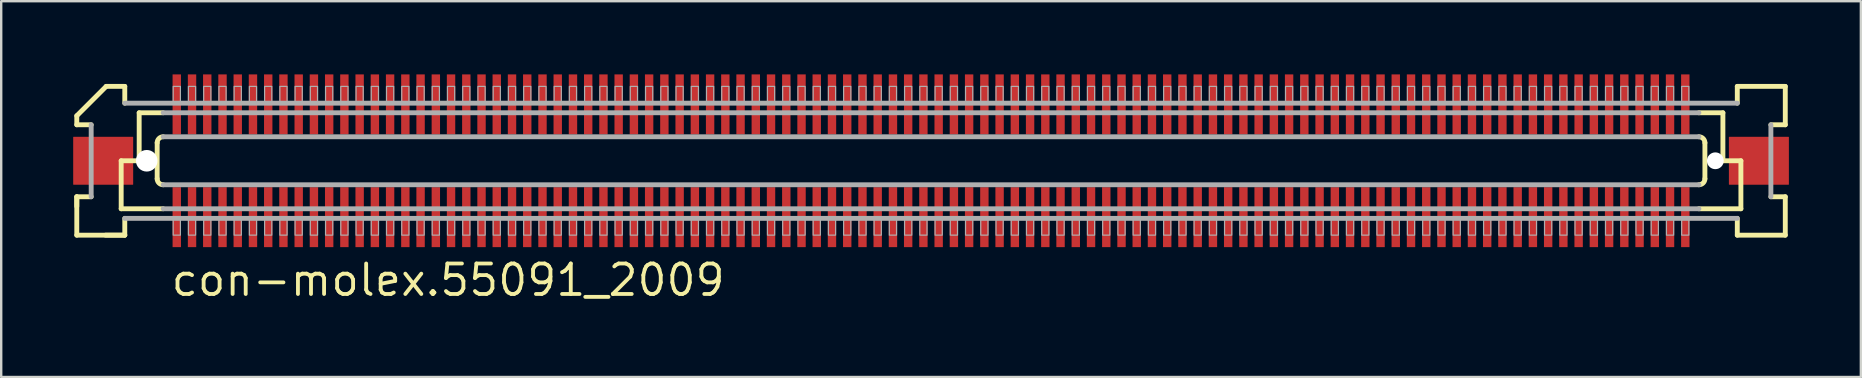
<source format=kicad_pcb>
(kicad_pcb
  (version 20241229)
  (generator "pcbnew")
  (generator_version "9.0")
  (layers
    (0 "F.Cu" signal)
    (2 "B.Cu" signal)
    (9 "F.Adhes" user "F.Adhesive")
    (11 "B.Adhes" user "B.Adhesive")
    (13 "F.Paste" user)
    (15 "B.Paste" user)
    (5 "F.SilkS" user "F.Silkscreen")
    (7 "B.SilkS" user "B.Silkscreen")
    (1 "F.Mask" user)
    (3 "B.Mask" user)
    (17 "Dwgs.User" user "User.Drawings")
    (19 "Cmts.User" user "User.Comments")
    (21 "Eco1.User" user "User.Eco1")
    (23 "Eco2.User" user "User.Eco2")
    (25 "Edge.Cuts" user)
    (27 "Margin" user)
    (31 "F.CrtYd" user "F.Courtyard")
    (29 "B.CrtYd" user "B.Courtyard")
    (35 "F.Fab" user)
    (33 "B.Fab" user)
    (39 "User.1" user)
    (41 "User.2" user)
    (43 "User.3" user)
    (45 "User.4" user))
  (footprint "con-molex.55091_2009"
    (layer "F.Cu")
    (at 35.75 3.65)
    (property "Reference" "con-molex.55091_2009" (at -31.75 5.715 0) (layer "F.SilkS") (effects (font (size 1.27 1.27) (thickness 0.16)) (justify left bottom)))
    (attr smd)
    (fp_rect (start -31.633 -1.075) (end -31.233 -3.625) (stroke (width 0.05) (type default)) (fill yes) (layer "F.Mask"))
    (fp_rect (start -31.633 3.625) (end -31.233 1.075) (stroke (width 0.05) (type default)) (fill yes) (layer "F.Mask"))
    (fp_rect (start -30.997 -1.075) (end -30.598 -3.625) (stroke (width 0.05) (type default)) (fill yes) (layer "F.Mask"))
    (fp_rect (start -30.997 3.625) (end -30.598 1.075) (stroke (width 0.05) (type default)) (fill yes) (layer "F.Mask"))
    (fp_rect (start -30.363 -1.075) (end -29.962 -3.625) (stroke (width 0.05) (type default)) (fill yes) (layer "F.Mask"))
    (fp_rect (start -30.363 3.625) (end -29.962 1.075) (stroke (width 0.05) (type default)) (fill yes) (layer "F.Mask"))
    (fp_rect (start -29.727 -1.075) (end -29.328 -3.625) (stroke (width 0.05) (type default)) (fill yes) (layer "F.Mask"))
    (fp_rect (start -29.727 3.625) (end -29.328 1.075) (stroke (width 0.05) (type default)) (fill yes) (layer "F.Mask"))
    (fp_rect (start -29.093 -1.075) (end -28.692 -3.625) (stroke (width 0.05) (type default)) (fill yes) (layer "F.Mask"))
    (fp_rect (start -29.093 3.625) (end -28.692 1.075) (stroke (width 0.05) (type default)) (fill yes) (layer "F.Mask"))
    (fp_rect (start -28.457 -1.075) (end -28.058 -3.625) (stroke (width 0.05) (type default)) (fill yes) (layer "F.Mask"))
    (fp_rect (start -28.457 3.625) (end -28.058 1.075) (stroke (width 0.05) (type default)) (fill yes) (layer "F.Mask"))
    (fp_rect (start -27.823 -1.075) (end -27.422 -3.625) (stroke (width 0.05) (type default)) (fill yes) (layer "F.Mask"))
    (fp_rect (start -27.823 3.625) (end -27.422 1.075) (stroke (width 0.05) (type default)) (fill yes) (layer "F.Mask"))
    (fp_rect (start -27.188 -1.075) (end -26.788 -3.625) (stroke (width 0.05) (type default)) (fill yes) (layer "F.Mask"))
    (fp_rect (start -27.188 3.625) (end -26.788 1.075) (stroke (width 0.05) (type default)) (fill yes) (layer "F.Mask"))
    (fp_rect (start -26.552 -1.075) (end -26.152 -3.625) (stroke (width 0.05) (type default)) (fill yes) (layer "F.Mask"))
    (fp_rect (start -26.552 3.625) (end -26.152 1.075) (stroke (width 0.05) (type default)) (fill yes) (layer "F.Mask"))
    (fp_rect (start -25.918 -1.075) (end -25.517 -3.625) (stroke (width 0.05) (type default)) (fill yes) (layer "F.Mask"))
    (fp_rect (start -25.918 3.625) (end -25.517 1.075) (stroke (width 0.05) (type default)) (fill yes) (layer "F.Mask"))
    (fp_rect (start -25.282 -1.075) (end -24.883 -3.625) (stroke (width 0.05) (type default)) (fill yes) (layer "F.Mask"))
    (fp_rect (start -25.282 3.625) (end -24.883 1.075) (stroke (width 0.05) (type default)) (fill yes) (layer "F.Mask"))
    (fp_rect (start -24.648 -1.075) (end -24.247 -3.625) (stroke (width 0.05) (type default)) (fill yes) (layer "F.Mask"))
    (fp_rect (start -24.648 3.625) (end -24.247 1.075) (stroke (width 0.05) (type default)) (fill yes) (layer "F.Mask"))
    (fp_rect (start -24.012 -1.075) (end -23.613 -3.625) (stroke (width 0.05) (type default)) (fill yes) (layer "F.Mask"))
    (fp_rect (start -24.012 3.625) (end -23.613 1.075) (stroke (width 0.05) (type default)) (fill yes) (layer "F.Mask"))
    (fp_rect (start -23.378 -1.075) (end -22.977 -3.625) (stroke (width 0.05) (type default)) (fill yes) (layer "F.Mask"))
    (fp_rect (start -23.378 3.625) (end -22.977 1.075) (stroke (width 0.05) (type default)) (fill yes) (layer "F.Mask"))
    (fp_rect (start -22.742 -1.075) (end -22.343 -3.625) (stroke (width 0.05) (type default)) (fill yes) (layer "F.Mask"))
    (fp_rect (start -22.742 3.625) (end -22.343 1.075) (stroke (width 0.05) (type default)) (fill yes) (layer "F.Mask"))
    (fp_rect (start -22.108 -1.075) (end -21.707 -3.625) (stroke (width 0.05) (type default)) (fill yes) (layer "F.Mask"))
    (fp_rect (start -22.108 3.625) (end -21.707 1.075) (stroke (width 0.05) (type default)) (fill yes) (layer "F.Mask"))
    (fp_rect (start -21.473 -1.075) (end -21.073 -3.625) (stroke (width 0.05) (type default)) (fill yes) (layer "F.Mask"))
    (fp_rect (start -21.473 3.625) (end -21.073 1.075) (stroke (width 0.05) (type default)) (fill yes) (layer "F.Mask"))
    (fp_rect (start -20.837 -1.075) (end -20.438 -3.625) (stroke (width 0.05) (type default)) (fill yes) (layer "F.Mask"))
    (fp_rect (start -20.837 3.625) (end -20.438 1.075) (stroke (width 0.05) (type default)) (fill yes) (layer "F.Mask"))
    (fp_rect (start -20.203 -1.075) (end -19.802 -3.625) (stroke (width 0.05) (type default)) (fill yes) (layer "F.Mask"))
    (fp_rect (start -20.203 3.625) (end -19.802 1.075) (stroke (width 0.05) (type default)) (fill yes) (layer "F.Mask"))
    (fp_rect (start -19.567 -1.075) (end -19.168 -3.625) (stroke (width 0.05) (type default)) (fill yes) (layer "F.Mask"))
    (fp_rect (start -19.567 3.625) (end -19.168 1.075) (stroke (width 0.05) (type default)) (fill yes) (layer "F.Mask"))
    (fp_rect (start -18.933 -1.075) (end -18.532 -3.625) (stroke (width 0.05) (type default)) (fill yes) (layer "F.Mask"))
    (fp_rect (start -18.933 3.625) (end -18.532 1.075) (stroke (width 0.05) (type default)) (fill yes) (layer "F.Mask"))
    (fp_rect (start -18.297 -1.075) (end -17.898 -3.625) (stroke (width 0.05) (type default)) (fill yes) (layer "F.Mask"))
    (fp_rect (start -18.297 3.625) (end -17.898 1.075) (stroke (width 0.05) (type default)) (fill yes) (layer "F.Mask"))
    (fp_rect (start -17.663 -1.075) (end -17.262 -3.625) (stroke (width 0.05) (type default)) (fill yes) (layer "F.Mask"))
    (fp_rect (start -17.663 3.625) (end -17.262 1.075) (stroke (width 0.05) (type default)) (fill yes) (layer "F.Mask"))
    (fp_rect (start -17.027 -1.075) (end -16.628 -3.625) (stroke (width 0.05) (type default)) (fill yes) (layer "F.Mask"))
    (fp_rect (start -17.027 3.625) (end -16.628 1.075) (stroke (width 0.05) (type default)) (fill yes) (layer "F.Mask"))
    (fp_rect (start -16.392 -1.075) (end -15.992 -3.625) (stroke (width 0.05) (type default)) (fill yes) (layer "F.Mask"))
    (fp_rect (start -16.392 3.625) (end -15.992 1.075) (stroke (width 0.05) (type default)) (fill yes) (layer "F.Mask"))
    (fp_rect (start -15.758 -1.075) (end -15.357 -3.625) (stroke (width 0.05) (type default)) (fill yes) (layer "F.Mask"))
    (fp_rect (start -15.758 3.625) (end -15.357 1.075) (stroke (width 0.05) (type default)) (fill yes) (layer "F.Mask"))
    (fp_rect (start -15.123 -1.075) (end -14.723 -3.625) (stroke (width 0.05) (type default)) (fill yes) (layer "F.Mask"))
    (fp_rect (start -15.123 3.625) (end -14.723 1.075) (stroke (width 0.05) (type default)) (fill yes) (layer "F.Mask"))
    (fp_rect (start -14.488 -1.075) (end -14.088 -3.625) (stroke (width 0.05) (type default)) (fill yes) (layer "F.Mask"))
    (fp_rect (start -14.488 3.625) (end -14.088 1.075) (stroke (width 0.05) (type default)) (fill yes) (layer "F.Mask"))
    (fp_rect (start -13.852 -1.075) (end -13.453 -3.625) (stroke (width 0.05) (type default)) (fill yes) (layer "F.Mask"))
    (fp_rect (start -13.852 3.625) (end -13.453 1.075) (stroke (width 0.05) (type default)) (fill yes) (layer "F.Mask"))
    (fp_rect (start -13.217 -1.075) (end -12.818 -3.625) (stroke (width 0.05) (type default)) (fill yes) (layer "F.Mask"))
    (fp_rect (start -13.217 3.625) (end -12.818 1.075) (stroke (width 0.05) (type default)) (fill yes) (layer "F.Mask"))
    (fp_rect (start -12.582 -1.075) (end -12.182 -3.625) (stroke (width 0.05) (type default)) (fill yes) (layer "F.Mask"))
    (fp_rect (start -12.582 3.625) (end -12.182 1.075) (stroke (width 0.05) (type default)) (fill yes) (layer "F.Mask"))
    (fp_rect (start -11.947 -1.075) (end -11.547 -3.625) (stroke (width 0.05) (type default)) (fill yes) (layer "F.Mask"))
    (fp_rect (start -11.947 3.625) (end -11.547 1.075) (stroke (width 0.05) (type default)) (fill yes) (layer "F.Mask"))
    (fp_rect (start -11.312 -1.075) (end -10.912 -3.625) (stroke (width 0.05) (type default)) (fill yes) (layer "F.Mask"))
    (fp_rect (start -11.312 3.625) (end -10.912 1.075) (stroke (width 0.05) (type default)) (fill yes) (layer "F.Mask"))
    (fp_rect (start -10.678 -1.075) (end -10.277 -3.625) (stroke (width 0.05) (type default)) (fill yes) (layer "F.Mask"))
    (fp_rect (start -10.678 3.625) (end -10.277 1.075) (stroke (width 0.05) (type default)) (fill yes) (layer "F.Mask"))
    (fp_rect (start -10.043 -1.075) (end -9.643 -3.625) (stroke (width 0.05) (type default)) (fill yes) (layer "F.Mask"))
    (fp_rect (start -10.043 3.625) (end -9.643 1.075) (stroke (width 0.05) (type default)) (fill yes) (layer "F.Mask"))
    (fp_rect (start -9.408 -1.075) (end -9.008 -3.625) (stroke (width 0.05) (type default)) (fill yes) (layer "F.Mask"))
    (fp_rect (start -9.408 3.625) (end -9.008 1.075) (stroke (width 0.05) (type default)) (fill yes) (layer "F.Mask"))
    (fp_rect (start -8.773 -1.075) (end -8.373 -3.625) (stroke (width 0.05) (type default)) (fill yes) (layer "F.Mask"))
    (fp_rect (start -8.773 3.625) (end -8.373 1.075) (stroke (width 0.05) (type default)) (fill yes) (layer "F.Mask"))
    (fp_rect (start -8.137 -1.075) (end -7.737 -3.625) (stroke (width 0.05) (type default)) (fill yes) (layer "F.Mask"))
    (fp_rect (start -8.137 3.625) (end -7.737 1.075) (stroke (width 0.05) (type default)) (fill yes) (layer "F.Mask"))
    (fp_rect (start -7.503 -1.075) (end -7.103 -3.625) (stroke (width 0.05) (type default)) (fill yes) (layer "F.Mask"))
    (fp_rect (start -7.503 3.625) (end -7.103 1.075) (stroke (width 0.05) (type default)) (fill yes) (layer "F.Mask"))
    (fp_rect (start -6.867 -1.075) (end -6.468 -3.625) (stroke (width 0.05) (type default)) (fill yes) (layer "F.Mask"))
    (fp_rect (start -6.867 3.625) (end -6.468 1.075) (stroke (width 0.05) (type default)) (fill yes) (layer "F.Mask"))
    (fp_rect (start -6.232 -1.075) (end -5.832 -3.625) (stroke (width 0.05) (type default)) (fill yes) (layer "F.Mask"))
    (fp_rect (start -6.232 3.625) (end -5.832 1.075) (stroke (width 0.05) (type default)) (fill yes) (layer "F.Mask"))
    (fp_rect (start -5.598 -1.075) (end -5.197 -3.625) (stroke (width 0.05) (type default)) (fill yes) (layer "F.Mask"))
    (fp_rect (start -5.598 3.625) (end -5.197 1.075) (stroke (width 0.05) (type default)) (fill yes) (layer "F.Mask"))
    (fp_rect (start -4.963 -1.075) (end -4.562 -3.625) (stroke (width 0.05) (type default)) (fill yes) (layer "F.Mask"))
    (fp_rect (start -4.963 3.625) (end -4.562 1.075) (stroke (width 0.05) (type default)) (fill yes) (layer "F.Mask"))
    (fp_rect (start -4.327 -1.075) (end -3.928 -3.625) (stroke (width 0.05) (type default)) (fill yes) (layer "F.Mask"))
    (fp_rect (start -4.327 3.625) (end -3.928 1.075) (stroke (width 0.05) (type default)) (fill yes) (layer "F.Mask"))
    (fp_rect (start -3.692 -1.075) (end -3.292 -3.625) (stroke (width 0.05) (type default)) (fill yes) (layer "F.Mask"))
    (fp_rect (start -3.692 3.625) (end -3.292 1.075) (stroke (width 0.05) (type default)) (fill yes) (layer "F.Mask"))
    (fp_rect (start -3.058 -1.075) (end -2.658 -3.625) (stroke (width 0.05) (type default)) (fill yes) (layer "F.Mask"))
    (fp_rect (start -3.058 3.625) (end -2.658 1.075) (stroke (width 0.05) (type default)) (fill yes) (layer "F.Mask"))
    (fp_rect (start -2.422 -1.075) (end -2.022 -3.625) (stroke (width 0.05) (type default)) (fill yes) (layer "F.Mask"))
    (fp_rect (start -2.422 3.625) (end -2.022 1.075) (stroke (width 0.05) (type default)) (fill yes) (layer "F.Mask"))
    (fp_rect (start -1.788 -1.075) (end -1.387 -3.625) (stroke (width 0.05) (type default)) (fill yes) (layer "F.Mask"))
    (fp_rect (start -1.788 3.625) (end -1.387 1.075) (stroke (width 0.05) (type default)) (fill yes) (layer "F.Mask"))
    (fp_rect (start -1.153 -1.075) (end -0.752 -3.625) (stroke (width 0.05) (type default)) (fill yes) (layer "F.Mask"))
    (fp_rect (start -1.153 3.625) (end -0.752 1.075) (stroke (width 0.05) (type default)) (fill yes) (layer "F.Mask"))
    (fp_rect (start -0.517 -1.075) (end -0.117 -3.625) (stroke (width 0.05) (type default)) (fill yes) (layer "F.Mask"))
    (fp_rect (start -0.517 3.625) (end -0.117 1.075) (stroke (width 0.05) (type default)) (fill yes) (layer "F.Mask"))
    (fp_rect (start 0.117 -1.075) (end 0.517 -3.625) (stroke (width 0.05) (type default)) (fill yes) (layer "F.Mask"))
    (fp_rect (start 0.117 3.625) (end 0.517 1.075) (stroke (width 0.05) (type default)) (fill yes) (layer "F.Mask"))
    (fp_rect (start 0.752 -1.075) (end 1.153 -3.625) (stroke (width 0.05) (type default)) (fill yes) (layer "F.Mask"))
    (fp_rect (start 0.752 3.625) (end 1.153 1.075) (stroke (width 0.05) (type default)) (fill yes) (layer "F.Mask"))
    (fp_rect (start 1.387 -1.075) (end 1.788 -3.625) (stroke (width 0.05) (type default)) (fill yes) (layer "F.Mask"))
    (fp_rect (start 1.387 3.625) (end 1.788 1.075) (stroke (width 0.05) (type default)) (fill yes) (layer "F.Mask"))
    (fp_rect (start 2.022 -1.075) (end 2.422 -3.625) (stroke (width 0.05) (type default)) (fill yes) (layer "F.Mask"))
    (fp_rect (start 2.022 3.625) (end 2.422 1.075) (stroke (width 0.05) (type default)) (fill yes) (layer "F.Mask"))
    (fp_rect (start 2.658 -1.075) (end 3.058 -3.625) (stroke (width 0.05) (type default)) (fill yes) (layer "F.Mask"))
    (fp_rect (start 2.658 3.625) (end 3.058 1.075) (stroke (width 0.05) (type default)) (fill yes) (layer "F.Mask"))
    (fp_rect (start 3.292 -1.075) (end 3.692 -3.625) (stroke (width 0.05) (type default)) (fill yes) (layer "F.Mask"))
    (fp_rect (start 3.292 3.625) (end 3.692 1.075) (stroke (width 0.05) (type default)) (fill yes) (layer "F.Mask"))
    (fp_rect (start 3.928 -1.075) (end 4.327 -3.625) (stroke (width 0.05) (type default)) (fill yes) (layer "F.Mask"))
    (fp_rect (start 3.928 3.625) (end 4.327 1.075) (stroke (width 0.05) (type default)) (fill yes) (layer "F.Mask"))
    (fp_rect (start 4.562 -1.075) (end 4.963 -3.625) (stroke (width 0.05) (type default)) (fill yes) (layer "F.Mask"))
    (fp_rect (start 4.562 3.625) (end 4.963 1.075) (stroke (width 0.05) (type default)) (fill yes) (layer "F.Mask"))
    (fp_rect (start 5.197 -1.075) (end 5.598 -3.625) (stroke (width 0.05) (type default)) (fill yes) (layer "F.Mask"))
    (fp_rect (start 5.197 3.625) (end 5.598 1.075) (stroke (width 0.05) (type default)) (fill yes) (layer "F.Mask"))
    (fp_rect (start 5.832 -1.075) (end 6.232 -3.625) (stroke (width 0.05) (type default)) (fill yes) (layer "F.Mask"))
    (fp_rect (start 5.832 3.625) (end 6.232 1.075) (stroke (width 0.05) (type default)) (fill yes) (layer "F.Mask"))
    (fp_rect (start 6.468 -1.075) (end 6.867 -3.625) (stroke (width 0.05) (type default)) (fill yes) (layer "F.Mask"))
    (fp_rect (start 6.468 3.625) (end 6.867 1.075) (stroke (width 0.05) (type default)) (fill yes) (layer "F.Mask"))
    (fp_rect (start 7.103 -1.075) (end 7.503 -3.625) (stroke (width 0.05) (type default)) (fill yes) (layer "F.Mask"))
    (fp_rect (start 7.103 3.625) (end 7.503 1.075) (stroke (width 0.05) (type default)) (fill yes) (layer "F.Mask"))
    (fp_rect (start 7.737 -1.075) (end 8.137 -3.625) (stroke (width 0.05) (type default)) (fill yes) (layer "F.Mask"))
    (fp_rect (start 7.737 3.625) (end 8.137 1.075) (stroke (width 0.05) (type default)) (fill yes) (layer "F.Mask"))
    (fp_rect (start 8.373 -1.075) (end 8.773 -3.625) (stroke (width 0.05) (type default)) (fill yes) (layer "F.Mask"))
    (fp_rect (start 8.373 3.625) (end 8.773 1.075) (stroke (width 0.05) (type default)) (fill yes) (layer "F.Mask"))
    (fp_rect (start 9.008 -1.075) (end 9.408 -3.625) (stroke (width 0.05) (type default)) (fill yes) (layer "F.Mask"))
    (fp_rect (start 9.008 3.625) (end 9.408 1.075) (stroke (width 0.05) (type default)) (fill yes) (layer "F.Mask"))
    (fp_rect (start 9.643 -1.075) (end 10.043 -3.625) (stroke (width 0.05) (type default)) (fill yes) (layer "F.Mask"))
    (fp_rect (start 9.643 3.625) (end 10.043 1.075) (stroke (width 0.05) (type default)) (fill yes) (layer "F.Mask"))
    (fp_rect (start 10.277 -1.075) (end 10.678 -3.625) (stroke (width 0.05) (type default)) (fill yes) (layer "F.Mask"))
    (fp_rect (start 10.277 3.625) (end 10.678 1.075) (stroke (width 0.05) (type default)) (fill yes) (layer "F.Mask"))
    (fp_rect (start 10.912 -1.075) (end 11.312 -3.625) (stroke (width 0.05) (type default)) (fill yes) (layer "F.Mask"))
    (fp_rect (start 10.912 3.625) (end 11.312 1.075) (stroke (width 0.05) (type default)) (fill yes) (layer "F.Mask"))
    (fp_rect (start 11.547 -1.075) (end 11.947 -3.625) (stroke (width 0.05) (type default)) (fill yes) (layer "F.Mask"))
    (fp_rect (start 11.547 3.625) (end 11.947 1.075) (stroke (width 0.05) (type default)) (fill yes) (layer "F.Mask"))
    (fp_rect (start 12.182 -1.075) (end 12.582 -3.625) (stroke (width 0.05) (type default)) (fill yes) (layer "F.Mask"))
    (fp_rect (start 12.182 3.625) (end 12.582 1.075) (stroke (width 0.05) (type default)) (fill yes) (layer "F.Mask"))
    (fp_rect (start 12.818 -1.075) (end 13.217 -3.625) (stroke (width 0.05) (type default)) (fill yes) (layer "F.Mask"))
    (fp_rect (start 12.818 3.625) (end 13.217 1.075) (stroke (width 0.05) (type default)) (fill yes) (layer "F.Mask"))
    (fp_rect (start 13.453 -1.075) (end 13.852 -3.625) (stroke (width 0.05) (type default)) (fill yes) (layer "F.Mask"))
    (fp_rect (start 13.453 3.625) (end 13.852 1.075) (stroke (width 0.05) (type default)) (fill yes) (layer "F.Mask"))
    (fp_rect (start 14.088 -1.075) (end 14.488 -3.625) (stroke (width 0.05) (type default)) (fill yes) (layer "F.Mask"))
    (fp_rect (start 14.088 3.625) (end 14.488 1.075) (stroke (width 0.05) (type default)) (fill yes) (layer "F.Mask"))
    (fp_rect (start 14.723 -1.075) (end 15.123 -3.625) (stroke (width 0.05) (type default)) (fill yes) (layer "F.Mask"))
    (fp_rect (start 14.723 3.625) (end 15.123 1.075) (stroke (width 0.05) (type default)) (fill yes) (layer "F.Mask"))
    (fp_rect (start 15.357 -1.075) (end 15.758 -3.625) (stroke (width 0.05) (type default)) (fill yes) (layer "F.Mask"))
    (fp_rect (start 15.357 3.625) (end 15.758 1.075) (stroke (width 0.05) (type default)) (fill yes) (layer "F.Mask"))
    (fp_rect (start 15.992 -1.075) (end 16.392 -3.625) (stroke (width 0.05) (type default)) (fill yes) (layer "F.Mask"))
    (fp_rect (start 15.992 3.625) (end 16.392 1.075) (stroke (width 0.05) (type default)) (fill yes) (layer "F.Mask"))
    (fp_rect (start 16.628 -1.075) (end 17.027 -3.625) (stroke (width 0.05) (type default)) (fill yes) (layer "F.Mask"))
    (fp_rect (start 16.628 3.625) (end 17.027 1.075) (stroke (width 0.05) (type default)) (fill yes) (layer "F.Mask"))
    (fp_rect (start 17.262 -1.075) (end 17.663 -3.625) (stroke (width 0.05) (type default)) (fill yes) (layer "F.Mask"))
    (fp_rect (start 17.262 3.625) (end 17.663 1.075) (stroke (width 0.05) (type default)) (fill yes) (layer "F.Mask"))
    (fp_rect (start 17.898 -1.075) (end 18.297 -3.625) (stroke (width 0.05) (type default)) (fill yes) (layer "F.Mask"))
    (fp_rect (start 17.898 3.625) (end 18.297 1.075) (stroke (width 0.05) (type default)) (fill yes) (layer "F.Mask"))
    (fp_rect (start 18.532 -1.075) (end 18.933 -3.625) (stroke (width 0.05) (type default)) (fill yes) (layer "F.Mask"))
    (fp_rect (start 18.532 3.625) (end 18.933 1.075) (stroke (width 0.05) (type default)) (fill yes) (layer "F.Mask"))
    (fp_rect (start 19.168 -1.075) (end 19.567 -3.625) (stroke (width 0.05) (type default)) (fill yes) (layer "F.Mask"))
    (fp_rect (start 19.168 3.625) (end 19.567 1.075) (stroke (width 0.05) (type default)) (fill yes) (layer "F.Mask"))
    (fp_rect (start 19.802 -1.075) (end 20.203 -3.625) (stroke (width 0.05) (type default)) (fill yes) (layer "F.Mask"))
    (fp_rect (start 19.802 3.625) (end 20.203 1.075) (stroke (width 0.05) (type default)) (fill yes) (layer "F.Mask"))
    (fp_rect (start 20.438 -1.075) (end 20.837 -3.625) (stroke (width 0.05) (type default)) (fill yes) (layer "F.Mask"))
    (fp_rect (start 20.438 3.625) (end 20.837 1.075) (stroke (width 0.05) (type default)) (fill yes) (layer "F.Mask"))
    (fp_rect (start 21.073 -1.075) (end 21.473 -3.625) (stroke (width 0.05) (type default)) (fill yes) (layer "F.Mask"))
    (fp_rect (start 21.073 3.625) (end 21.473 1.075) (stroke (width 0.05) (type default)) (fill yes) (layer "F.Mask"))
    (fp_rect (start 21.707 -1.075) (end 22.108 -3.625) (stroke (width 0.05) (type default)) (fill yes) (layer "F.Mask"))
    (fp_rect (start 21.707 3.625) (end 22.108 1.075) (stroke (width 0.05) (type default)) (fill yes) (layer "F.Mask"))
    (fp_rect (start 22.343 -1.075) (end 22.742 -3.625) (stroke (width 0.05) (type default)) (fill yes) (layer "F.Mask"))
    (fp_rect (start 22.343 3.625) (end 22.742 1.075) (stroke (width 0.05) (type default)) (fill yes) (layer "F.Mask"))
    (fp_rect (start 22.977 -1.075) (end 23.378 -3.625) (stroke (width 0.05) (type default)) (fill yes) (layer "F.Mask"))
    (fp_rect (start 22.977 3.625) (end 23.378 1.075) (stroke (width 0.05) (type default)) (fill yes) (layer "F.Mask"))
    (fp_rect (start 23.613 -1.075) (end 24.012 -3.625) (stroke (width 0.05) (type default)) (fill yes) (layer "F.Mask"))
    (fp_rect (start 23.613 3.625) (end 24.012 1.075) (stroke (width 0.05) (type default)) (fill yes) (layer "F.Mask"))
    (fp_rect (start 24.247 -1.075) (end 24.648 -3.625) (stroke (width 0.05) (type default)) (fill yes) (layer "F.Mask"))
    (fp_rect (start 24.247 3.625) (end 24.648 1.075) (stroke (width 0.05) (type default)) (fill yes) (layer "F.Mask"))
    (fp_rect (start 24.883 -1.075) (end 25.282 -3.625) (stroke (width 0.05) (type default)) (fill yes) (layer "F.Mask"))
    (fp_rect (start 24.883 3.625) (end 25.282 1.075) (stroke (width 0.05) (type default)) (fill yes) (layer "F.Mask"))
    (fp_rect (start 25.517 -1.075) (end 25.918 -3.625) (stroke (width 0.05) (type default)) (fill yes) (layer "F.Mask"))
    (fp_rect (start 25.517 3.625) (end 25.918 1.075) (stroke (width 0.05) (type default)) (fill yes) (layer "F.Mask"))
    (fp_rect (start 26.152 -1.075) (end 26.552 -3.625) (stroke (width 0.05) (type default)) (fill yes) (layer "F.Mask"))
    (fp_rect (start 26.152 3.625) (end 26.552 1.075) (stroke (width 0.05) (type default)) (fill yes) (layer "F.Mask"))
    (fp_rect (start 26.788 -1.075) (end 27.188 -3.625) (stroke (width 0.05) (type default)) (fill yes) (layer "F.Mask"))
    (fp_rect (start 26.788 3.625) (end 27.188 1.075) (stroke (width 0.05) (type default)) (fill yes) (layer "F.Mask"))
    (fp_rect (start 27.422 -1.075) (end 27.823 -3.625) (stroke (width 0.05) (type default)) (fill yes) (layer "F.Mask"))
    (fp_rect (start 27.422 3.625) (end 27.823 1.075) (stroke (width 0.05) (type default)) (fill yes) (layer "F.Mask"))
    (fp_rect (start 28.058 -1.075) (end 28.457 -3.625) (stroke (width 0.05) (type default)) (fill yes) (layer "F.Mask"))
    (fp_rect (start 28.058 3.625) (end 28.457 1.075) (stroke (width 0.05) (type default)) (fill yes) (layer "F.Mask"))
    (fp_rect (start 28.692 -1.075) (end 29.093 -3.625) (stroke (width 0.05) (type default)) (fill yes) (layer "F.Mask"))
    (fp_rect (start 28.692 3.625) (end 29.093 1.075) (stroke (width 0.05) (type default)) (fill yes) (layer "F.Mask"))
    (fp_rect (start 29.328 -1.075) (end 29.727 -3.625) (stroke (width 0.05) (type default)) (fill yes) (layer "F.Mask"))
    (fp_rect (start 29.328 3.625) (end 29.727 1.075) (stroke (width 0.05) (type default)) (fill yes) (layer "F.Mask"))
    (fp_rect (start 29.962 -1.075) (end 30.363 -3.625) (stroke (width 0.05) (type default)) (fill yes) (layer "F.Mask"))
    (fp_rect (start 29.962 3.625) (end 30.363 1.075) (stroke (width 0.05) (type default)) (fill yes) (layer "F.Mask"))
    (fp_rect (start 30.598 -1.075) (end 30.997 -3.625) (stroke (width 0.05) (type default)) (fill yes) (layer "F.Mask"))
    (fp_rect (start 30.598 3.625) (end 30.997 1.075) (stroke (width 0.05) (type default)) (fill yes) (layer "F.Mask"))
    (fp_rect (start 31.233 -1.075) (end 31.633 -3.625) (stroke (width 0.05) (type default)) (fill yes) (layer "F.Mask"))
    (fp_rect (start 31.233 3.625) (end 31.633 1.075) (stroke (width 0.05) (type default)) (fill yes) (layer "F.Mask"))
    (fp_line (start -35.6 -1.5) (end -35.6 -1.875) (stroke (width 0.203) (type default)) (layer "F.SilkS"))
    (fp_line (start -35.6 1.5) (end -35 1.5) (stroke (width 0.203) (type default)) (layer "F.SilkS"))
    (fp_line (start -35.6 1.9) (end -35.6 1.5) (stroke (width 0.203) (type default)) (layer "F.SilkS"))
    (fp_line (start -35.6 3.1) (end -35.6 1.5) (stroke (width 0.203) (type default)) (layer "F.SilkS"))
    (fp_line (start -35 -1.5) (end -35.6 -1.5) (stroke (width 0.203) (type default)) (layer "F.SilkS"))
    (fp_line (start -34.375 -3.1) (end -35.6 -1.875) (stroke (width 0.203) (type default)) (layer "F.SilkS"))
    (fp_line (start -34.375 -3.1) (end -33.6 -3.1) (stroke (width 0.203) (type default)) (layer "F.SilkS"))
    (fp_line (start -33.75 0) (end -33.75 2) (stroke (width 0.203) (type default)) (layer "F.SilkS"))
    (fp_line (start -33.75 2) (end -32 2) (stroke (width 0.203) (type default)) (layer "F.SilkS"))
    (fp_line (start -33.6 -3.1) (end -33.6 -2.4) (stroke (width 0.203) (type default)) (layer "F.SilkS"))
    (fp_line (start -33.6 2.4) (end -33.6 3.1) (stroke (width 0.203) (type default)) (layer "F.SilkS"))
    (fp_line (start -33.6 3.1) (end -35.6 3.1) (stroke (width 0.203) (type default)) (layer "F.SilkS"))
    (fp_line (start -33.6 3.1) (end -34.4 3.1) (stroke (width 0.203) (type default)) (layer "F.SilkS"))
    (fp_line (start -33 -2) (end -33 0) (stroke (width 0.203) (type default)) (layer "F.SilkS"))
    (fp_line (start -33 0) (end -33.75 0) (stroke (width 0.203) (type default)) (layer "F.SilkS"))
    (fp_line (start -32.25 0.75) (end -32.25 -0.75) (stroke (width 0.203) (type default)) (layer "F.SilkS"))
    (fp_line (start -32 -2) (end -33 -2) (stroke (width 0.203) (type default)) (layer "F.SilkS"))
    (fp_line (start 32 2) (end 33.75 2) (stroke (width 0.203) (type default)) (layer "F.SilkS"))
    (fp_line (start 32.25 -0.75) (end 32.25 0.75) (stroke (width 0.203) (type default)) (layer "F.SilkS"))
    (fp_line (start 33 -2) (end 32 -2) (stroke (width 0.203) (type default)) (layer "F.SilkS"))
    (fp_line (start 33 -2) (end 33 0) (stroke (width 0.203) (type default)) (layer "F.SilkS"))
    (fp_line (start 33.6 -3.1) (end 35.6 -3.1) (stroke (width 0.203) (type default)) (layer "F.SilkS"))
    (fp_line (start 33.6 -2.4) (end 33.6 -3.1) (stroke (width 0.203) (type default)) (layer "F.SilkS"))
    (fp_line (start 33.6 3.1) (end 33.6 2.4) (stroke (width 0.203) (type default)) (layer "F.SilkS"))
    (fp_line (start 33.75 0) (end 33 0) (stroke (width 0.203) (type default)) (layer "F.SilkS"))
    (fp_line (start 33.75 0) (end 33.75 2) (stroke (width 0.203) (type default)) (layer "F.SilkS"))
    (fp_line (start 35 1.5) (end 35.6 1.5) (stroke (width 0.203) (type default)) (layer "F.SilkS"))
    (fp_line (start 35.6 -3.1) (end 35.6 -1.5) (stroke (width 0.203) (type default)) (layer "F.SilkS"))
    (fp_line (start 35.6 -1.5) (end 35 -1.5) (stroke (width 0.203) (type default)) (layer "F.SilkS"))
    (fp_line (start 35.6 1.5) (end 35.6 3.1) (stroke (width 0.203) (type default)) (layer "F.SilkS"))
    (fp_line (start 35.6 3.1) (end 33.6 3.1) (stroke (width 0.203) (type default)) (layer "F.SilkS"))
    (fp_arc (start -32.25 -0.75) (mid -32.176777 -0.926777) (end -32 -1) (stroke (width 0.2032) (type default)) (layer "F.SilkS"))
    (fp_arc (start -32 1) (mid -32.176777 0.926777) (end -32.25 0.75) (stroke (width 0.2032) (type default)) (layer "F.SilkS"))
    (fp_arc (start 32 -1) (mid 32.176777 -0.926777) (end 32.25 -0.75) (stroke (width 0.2032) (type default)) (layer "F.SilkS"))
    (fp_arc (start 32.25 0.75) (mid 32.176777 0.926777) (end 32 1) (stroke (width 0.2032) (type default)) (layer "F.SilkS"))
    (fp_line (start -35 1.5) (end -35 -1.5) (stroke (width 0.203) (type default)) (layer "F.Fab"))
    (fp_line (start -33.6 -2.4) (end 33.6 -2.4) (stroke (width 0.203) (type default)) (layer "F.Fab"))
    (fp_line (start -32 -1) (end 32 -1) (stroke (width 0.203) (type default)) (layer "F.Fab"))
    (fp_line (start -32 2) (end 32 2) (stroke (width 0.203) (type default)) (layer "F.Fab"))
    (fp_line (start 32 -2) (end -32 -2) (stroke (width 0.203) (type default)) (layer "F.Fab"))
    (fp_line (start 32 1) (end -32 1) (stroke (width 0.203) (type default)) (layer "F.Fab"))
    (fp_line (start 33.6 2.4) (end -33.6 2.4) (stroke (width 0.203) (type default)) (layer "F.Fab"))
    (fp_line (start 35 -1.5) (end 35 1.5) (stroke (width 0.203) (type default)) (layer "F.Fab"))
    (fp_rect (start -31.582 -2.375) (end -31.282 -3.1) (stroke (width 0.05) (type default)) (fill no) (layer "F.Fab"))
    (fp_rect (start -31.582 3.1) (end -31.282 2.375) (stroke (width 0.05) (type default)) (fill no) (layer "F.Fab"))
    (fp_rect (start -30.948 -2.375) (end -30.648 -3.1) (stroke (width 0.05) (type default)) (fill no) (layer "F.Fab"))
    (fp_rect (start -30.948 3.1) (end -30.648 2.375) (stroke (width 0.05) (type default)) (fill no) (layer "F.Fab"))
    (fp_rect (start -30.312 -2.375) (end -30.012 -3.1) (stroke (width 0.05) (type default)) (fill no) (layer "F.Fab"))
    (fp_rect (start -30.312 3.1) (end -30.012 2.375) (stroke (width 0.05) (type default)) (fill no) (layer "F.Fab"))
    (fp_rect (start -29.677 -2.375) (end -29.378 -3.1) (stroke (width 0.05) (type default)) (fill no) (layer "F.Fab"))
    (fp_rect (start -29.677 3.1) (end -29.378 2.375) (stroke (width 0.05) (type default)) (fill no) (layer "F.Fab"))
    (fp_rect (start -29.043 -2.375) (end -28.742 -3.1) (stroke (width 0.05) (type default)) (fill no) (layer "F.Fab"))
    (fp_rect (start -29.043 3.1) (end -28.742 2.375) (stroke (width 0.05) (type default)) (fill no) (layer "F.Fab"))
    (fp_rect (start -28.407 -2.375) (end -28.108 -3.1) (stroke (width 0.05) (type default)) (fill no) (layer "F.Fab"))
    (fp_rect (start -28.407 3.1) (end -28.108 2.375) (stroke (width 0.05) (type default)) (fill no) (layer "F.Fab"))
    (fp_rect (start -27.773 -2.375) (end -27.473 -3.1) (stroke (width 0.05) (type default)) (fill no) (layer "F.Fab"))
    (fp_rect (start -27.773 3.1) (end -27.473 2.375) (stroke (width 0.05) (type default)) (fill no) (layer "F.Fab"))
    (fp_rect (start -27.137 -2.375) (end -26.837 -3.1) (stroke (width 0.05) (type default)) (fill no) (layer "F.Fab"))
    (fp_rect (start -27.137 3.1) (end -26.837 2.375) (stroke (width 0.05) (type default)) (fill no) (layer "F.Fab"))
    (fp_rect (start -26.503 -2.375) (end -26.203 -3.1) (stroke (width 0.05) (type default)) (fill no) (layer "F.Fab"))
    (fp_rect (start -26.503 3.1) (end -26.203 2.375) (stroke (width 0.05) (type default)) (fill no) (layer "F.Fab"))
    (fp_rect (start -25.867 -2.375) (end -25.567 -3.1) (stroke (width 0.05) (type default)) (fill no) (layer "F.Fab"))
    (fp_rect (start -25.867 3.1) (end -25.567 2.375) (stroke (width 0.05) (type default)) (fill no) (layer "F.Fab"))
    (fp_rect (start -25.233 -2.375) (end -24.933 -3.1) (stroke (width 0.05) (type default)) (fill no) (layer "F.Fab"))
    (fp_rect (start -25.233 3.1) (end -24.933 2.375) (stroke (width 0.05) (type default)) (fill no) (layer "F.Fab"))
    (fp_rect (start -24.598 -2.375) (end -24.297 -3.1) (stroke (width 0.05) (type default)) (fill no) (layer "F.Fab"))
    (fp_rect (start -24.598 3.1) (end -24.297 2.375) (stroke (width 0.05) (type default)) (fill no) (layer "F.Fab"))
    (fp_rect (start -23.962 -2.375) (end -23.663 -3.1) (stroke (width 0.05) (type default)) (fill no) (layer "F.Fab"))
    (fp_rect (start -23.962 3.1) (end -23.663 2.375) (stroke (width 0.05) (type default)) (fill no) (layer "F.Fab"))
    (fp_rect (start -23.328 -2.375) (end -23.027 -3.1) (stroke (width 0.05) (type default)) (fill no) (layer "F.Fab"))
    (fp_rect (start -23.328 3.1) (end -23.027 2.375) (stroke (width 0.05) (type default)) (fill no) (layer "F.Fab"))
    (fp_rect (start -22.692 -2.375) (end -22.392 -3.1) (stroke (width 0.05) (type default)) (fill no) (layer "F.Fab"))
    (fp_rect (start -22.692 3.1) (end -22.392 2.375) (stroke (width 0.05) (type default)) (fill no) (layer "F.Fab"))
    (fp_rect (start -22.058 -2.375) (end -21.758 -3.1) (stroke (width 0.05) (type default)) (fill no) (layer "F.Fab"))
    (fp_rect (start -22.058 3.1) (end -21.758 2.375) (stroke (width 0.05) (type default)) (fill no) (layer "F.Fab"))
    (fp_rect (start -21.422 -2.375) (end -21.122 -3.1) (stroke (width 0.05) (type default)) (fill no) (layer "F.Fab"))
    (fp_rect (start -21.422 3.1) (end -21.122 2.375) (stroke (width 0.05) (type default)) (fill no) (layer "F.Fab"))
    (fp_rect (start -20.788 -2.375) (end -20.488 -3.1) (stroke (width 0.05) (type default)) (fill no) (layer "F.Fab"))
    (fp_rect (start -20.788 3.1) (end -20.488 2.375) (stroke (width 0.05) (type default)) (fill no) (layer "F.Fab"))
    (fp_rect (start -20.152 -2.375) (end -19.852 -3.1) (stroke (width 0.05) (type default)) (fill no) (layer "F.Fab"))
    (fp_rect (start -20.152 3.1) (end -19.852 2.375) (stroke (width 0.05) (type default)) (fill no) (layer "F.Fab"))
    (fp_rect (start -19.517 -2.375) (end -19.218 -3.1) (stroke (width 0.05) (type default)) (fill no) (layer "F.Fab"))
    (fp_rect (start -19.517 3.1) (end -19.218 2.375) (stroke (width 0.05) (type default)) (fill no) (layer "F.Fab"))
    (fp_rect (start -18.883 -2.375) (end -18.582 -3.1) (stroke (width 0.05) (type default)) (fill no) (layer "F.Fab"))
    (fp_rect (start -18.883 3.1) (end -18.582 2.375) (stroke (width 0.05) (type default)) (fill no) (layer "F.Fab"))
    (fp_rect (start -18.247 -2.375) (end -17.948 -3.1) (stroke (width 0.05) (type default)) (fill no) (layer "F.Fab"))
    (fp_rect (start -18.247 3.1) (end -17.948 2.375) (stroke (width 0.05) (type default)) (fill no) (layer "F.Fab"))
    (fp_rect (start -17.613 -2.375) (end -17.312 -3.1) (stroke (width 0.05) (type default)) (fill no) (layer "F.Fab"))
    (fp_rect (start -17.613 3.1) (end -17.312 2.375) (stroke (width 0.05) (type default)) (fill no) (layer "F.Fab"))
    (fp_rect (start -16.977 -2.375) (end -16.677 -3.1) (stroke (width 0.05) (type default)) (fill no) (layer "F.Fab"))
    (fp_rect (start -16.977 3.1) (end -16.677 2.375) (stroke (width 0.05) (type default)) (fill no) (layer "F.Fab"))
    (fp_rect (start -16.343 -2.375) (end -16.043 -3.1) (stroke (width 0.05) (type default)) (fill no) (layer "F.Fab"))
    (fp_rect (start -16.343 3.1) (end -16.043 2.375) (stroke (width 0.05) (type default)) (fill no) (layer "F.Fab"))
    (fp_rect (start -15.707 -2.375) (end -15.408 -3.1) (stroke (width 0.05) (type default)) (fill no) (layer "F.Fab"))
    (fp_rect (start -15.707 3.1) (end -15.408 2.375) (stroke (width 0.05) (type default)) (fill no) (layer "F.Fab"))
    (fp_rect (start -15.072 -2.375) (end -14.773 -3.1) (stroke (width 0.05) (type default)) (fill no) (layer "F.Fab"))
    (fp_rect (start -15.072 3.1) (end -14.773 2.375) (stroke (width 0.05) (type default)) (fill no) (layer "F.Fab"))
    (fp_rect (start -14.438 -2.375) (end -14.137 -3.1) (stroke (width 0.05) (type default)) (fill no) (layer "F.Fab"))
    (fp_rect (start -14.438 3.1) (end -14.137 2.375) (stroke (width 0.05) (type default)) (fill no) (layer "F.Fab"))
    (fp_rect (start -13.803 -2.375) (end -13.502 -3.1) (stroke (width 0.05) (type default)) (fill no) (layer "F.Fab"))
    (fp_rect (start -13.803 3.1) (end -13.502 2.375) (stroke (width 0.05) (type default)) (fill no) (layer "F.Fab"))
    (fp_rect (start -13.168 -2.375) (end -12.867 -3.1) (stroke (width 0.05) (type default)) (fill no) (layer "F.Fab"))
    (fp_rect (start -13.168 3.1) (end -12.867 2.375) (stroke (width 0.05) (type default)) (fill no) (layer "F.Fab"))
    (fp_rect (start -12.533 -2.375) (end -12.232 -3.1) (stroke (width 0.05) (type default)) (fill no) (layer "F.Fab"))
    (fp_rect (start -12.533 3.1) (end -12.232 2.375) (stroke (width 0.05) (type default)) (fill no) (layer "F.Fab"))
    (fp_rect (start -11.898 -2.375) (end -11.598 -3.1) (stroke (width 0.05) (type default)) (fill no) (layer "F.Fab"))
    (fp_rect (start -11.898 3.1) (end -11.598 2.375) (stroke (width 0.05) (type default)) (fill no) (layer "F.Fab"))
    (fp_rect (start -11.262 -2.375) (end -10.963 -3.1) (stroke (width 0.05) (type default)) (fill no) (layer "F.Fab"))
    (fp_rect (start -11.262 3.1) (end -10.963 2.375) (stroke (width 0.05) (type default)) (fill no) (layer "F.Fab"))
    (fp_rect (start -10.627 -2.375) (end -10.328 -3.1) (stroke (width 0.05) (type default)) (fill no) (layer "F.Fab"))
    (fp_rect (start -10.627 3.1) (end -10.328 2.375) (stroke (width 0.05) (type default)) (fill no) (layer "F.Fab"))
    (fp_rect (start -9.992 -2.375) (end -9.693 -3.1) (stroke (width 0.05) (type default)) (fill no) (layer "F.Fab"))
    (fp_rect (start -9.992 3.1) (end -9.693 2.375) (stroke (width 0.05) (type default)) (fill no) (layer "F.Fab"))
    (fp_rect (start -9.357 -2.375) (end -9.057 -3.1) (stroke (width 0.05) (type default)) (fill no) (layer "F.Fab"))
    (fp_rect (start -9.357 3.1) (end -9.057 2.375) (stroke (width 0.05) (type default)) (fill no) (layer "F.Fab"))
    (fp_rect (start -8.723 -2.375) (end -8.422 -3.1) (stroke (width 0.05) (type default)) (fill no) (layer "F.Fab"))
    (fp_rect (start -8.723 3.1) (end -8.422 2.375) (stroke (width 0.05) (type default)) (fill no) (layer "F.Fab"))
    (fp_rect (start -8.088 -2.375) (end -7.787 -3.1) (stroke (width 0.05) (type default)) (fill no) (layer "F.Fab"))
    (fp_rect (start -8.088 3.1) (end -7.787 2.375) (stroke (width 0.05) (type default)) (fill no) (layer "F.Fab"))
    (fp_rect (start -7.452 -2.375) (end -7.152 -3.1) (stroke (width 0.05) (type default)) (fill no) (layer "F.Fab"))
    (fp_rect (start -7.452 3.1) (end -7.152 2.375) (stroke (width 0.05) (type default)) (fill no) (layer "F.Fab"))
    (fp_rect (start -6.817 -2.375) (end -6.518 -3.1) (stroke (width 0.05) (type default)) (fill no) (layer "F.Fab"))
    (fp_rect (start -6.817 3.1) (end -6.518 2.375) (stroke (width 0.05) (type default)) (fill no) (layer "F.Fab"))
    (fp_rect (start -6.183 -2.375) (end -5.883 -3.1) (stroke (width 0.05) (type default)) (fill no) (layer "F.Fab"))
    (fp_rect (start -6.183 3.1) (end -5.883 2.375) (stroke (width 0.05) (type default)) (fill no) (layer "F.Fab"))
    (fp_rect (start -5.548 -2.375) (end -5.247 -3.1) (stroke (width 0.05) (type default)) (fill no) (layer "F.Fab"))
    (fp_rect (start -5.548 3.1) (end -5.247 2.375) (stroke (width 0.05) (type default)) (fill no) (layer "F.Fab"))
    (fp_rect (start -4.912 -2.375) (end -4.612 -3.1) (stroke (width 0.05) (type default)) (fill no) (layer "F.Fab"))
    (fp_rect (start -4.912 3.1) (end -4.612 2.375) (stroke (width 0.05) (type default)) (fill no) (layer "F.Fab"))
    (fp_rect (start -4.277 -2.375) (end -3.978 -3.1) (stroke (width 0.05) (type default)) (fill no) (layer "F.Fab"))
    (fp_rect (start -4.277 3.1) (end -3.978 2.375) (stroke (width 0.05) (type default)) (fill no) (layer "F.Fab"))
    (fp_rect (start -3.643 -2.375) (end -3.342 -3.1) (stroke (width 0.05) (type default)) (fill no) (layer "F.Fab"))
    (fp_rect (start -3.643 3.1) (end -3.342 2.375) (stroke (width 0.05) (type default)) (fill no) (layer "F.Fab"))
    (fp_rect (start -3.007 -2.375) (end -2.708 -3.1) (stroke (width 0.05) (type default)) (fill no) (layer "F.Fab"))
    (fp_rect (start -3.007 3.1) (end -2.708 2.375) (stroke (width 0.05) (type default)) (fill no) (layer "F.Fab"))
    (fp_rect (start -2.373 -2.375) (end -2.072 -3.1) (stroke (width 0.05) (type default)) (fill no) (layer "F.Fab"))
    (fp_rect (start -2.373 3.1) (end -2.072 2.375) (stroke (width 0.05) (type default)) (fill no) (layer "F.Fab"))
    (fp_rect (start -1.738 -2.375) (end -1.438 -3.1) (stroke (width 0.05) (type default)) (fill no) (layer "F.Fab"))
    (fp_rect (start -1.738 3.1) (end -1.438 2.375) (stroke (width 0.05) (type default)) (fill no) (layer "F.Fab"))
    (fp_rect (start -1.103 -2.375) (end -0.802 -3.1) (stroke (width 0.05) (type default)) (fill no) (layer "F.Fab"))
    (fp_rect (start -1.103 3.1) (end -0.802 2.375) (stroke (width 0.05) (type default)) (fill no) (layer "F.Fab"))
    (fp_rect (start -0.468 -2.375) (end -0.168 -3.1) (stroke (width 0.05) (type default)) (fill no) (layer "F.Fab"))
    (fp_rect (start -0.468 3.1) (end -0.168 2.375) (stroke (width 0.05) (type default)) (fill no) (layer "F.Fab"))
    (fp_rect (start 0.168 -2.375) (end 0.468 -3.1) (stroke (width 0.05) (type default)) (fill no) (layer "F.Fab"))
    (fp_rect (start 0.168 3.1) (end 0.468 2.375) (stroke (width 0.05) (type default)) (fill no) (layer "F.Fab"))
    (fp_rect (start 0.802 -2.375) (end 1.103 -3.1) (stroke (width 0.05) (type default)) (fill no) (layer "F.Fab"))
    (fp_rect (start 0.802 3.1) (end 1.103 2.375) (stroke (width 0.05) (type default)) (fill no) (layer "F.Fab"))
    (fp_rect (start 1.438 -2.375) (end 1.738 -3.1) (stroke (width 0.05) (type default)) (fill no) (layer "F.Fab"))
    (fp_rect (start 1.438 3.1) (end 1.738 2.375) (stroke (width 0.05) (type default)) (fill no) (layer "F.Fab"))
    (fp_rect (start 2.072 -2.375) (end 2.373 -3.1) (stroke (width 0.05) (type default)) (fill no) (layer "F.Fab"))
    (fp_rect (start 2.072 3.1) (end 2.373 2.375) (stroke (width 0.05) (type default)) (fill no) (layer "F.Fab"))
    (fp_rect (start 2.708 -2.375) (end 3.007 -3.1) (stroke (width 0.05) (type default)) (fill no) (layer "F.Fab"))
    (fp_rect (start 2.708 3.1) (end 3.007 2.375) (stroke (width 0.05) (type default)) (fill no) (layer "F.Fab"))
    (fp_rect (start 3.342 -2.375) (end 3.643 -3.1) (stroke (width 0.05) (type default)) (fill no) (layer "F.Fab"))
    (fp_rect (start 3.342 3.1) (end 3.643 2.375) (stroke (width 0.05) (type default)) (fill no) (layer "F.Fab"))
    (fp_rect (start 3.978 -2.375) (end 4.277 -3.1) (stroke (width 0.05) (type default)) (fill no) (layer "F.Fab"))
    (fp_rect (start 3.978 3.1) (end 4.277 2.375) (stroke (width 0.05) (type default)) (fill no) (layer "F.Fab"))
    (fp_rect (start 4.612 -2.375) (end 4.912 -3.1) (stroke (width 0.05) (type default)) (fill no) (layer "F.Fab"))
    (fp_rect (start 4.612 3.1) (end 4.912 2.375) (stroke (width 0.05) (type default)) (fill no) (layer "F.Fab"))
    (fp_rect (start 5.247 -2.375) (end 5.548 -3.1) (stroke (width 0.05) (type default)) (fill no) (layer "F.Fab"))
    (fp_rect (start 5.247 3.1) (end 5.548 2.375) (stroke (width 0.05) (type default)) (fill no) (layer "F.Fab"))
    (fp_rect (start 5.883 -2.375) (end 6.183 -3.1) (stroke (width 0.05) (type default)) (fill no) (layer "F.Fab"))
    (fp_rect (start 5.883 3.1) (end 6.183 2.375) (stroke (width 0.05) (type default)) (fill no) (layer "F.Fab"))
    (fp_rect (start 6.518 -2.375) (end 6.817 -3.1) (stroke (width 0.05) (type default)) (fill no) (layer "F.Fab"))
    (fp_rect (start 6.518 3.1) (end 6.817 2.375) (stroke (width 0.05) (type default)) (fill no) (layer "F.Fab"))
    (fp_rect (start 7.152 -2.375) (end 7.452 -3.1) (stroke (width 0.05) (type default)) (fill no) (layer "F.Fab"))
    (fp_rect (start 7.152 3.1) (end 7.452 2.375) (stroke (width 0.05) (type default)) (fill no) (layer "F.Fab"))
    (fp_rect (start 7.787 -2.375) (end 8.088 -3.1) (stroke (width 0.05) (type default)) (fill no) (layer "F.Fab"))
    (fp_rect (start 7.787 3.1) (end 8.088 2.375) (stroke (width 0.05) (type default)) (fill no) (layer "F.Fab"))
    (fp_rect (start 8.422 -2.375) (end 8.723 -3.1) (stroke (width 0.05) (type default)) (fill no) (layer "F.Fab"))
    (fp_rect (start 8.422 3.1) (end 8.723 2.375) (stroke (width 0.05) (type default)) (fill no) (layer "F.Fab"))
    (fp_rect (start 9.057 -2.375) (end 9.357 -3.1) (stroke (width 0.05) (type default)) (fill no) (layer "F.Fab"))
    (fp_rect (start 9.057 3.1) (end 9.357 2.375) (stroke (width 0.05) (type default)) (fill no) (layer "F.Fab"))
    (fp_rect (start 9.693 -2.375) (end 9.992 -3.1) (stroke (width 0.05) (type default)) (fill no) (layer "F.Fab"))
    (fp_rect (start 9.693 3.1) (end 9.992 2.375) (stroke (width 0.05) (type default)) (fill no) (layer "F.Fab"))
    (fp_rect (start 10.328 -2.375) (end 10.627 -3.1) (stroke (width 0.05) (type default)) (fill no) (layer "F.Fab"))
    (fp_rect (start 10.328 3.1) (end 10.627 2.375) (stroke (width 0.05) (type default)) (fill no) (layer "F.Fab"))
    (fp_rect (start 10.963 -2.375) (end 11.262 -3.1) (stroke (width 0.05) (type default)) (fill no) (layer "F.Fab"))
    (fp_rect (start 10.963 3.1) (end 11.262 2.375) (stroke (width 0.05) (type default)) (fill no) (layer "F.Fab"))
    (fp_rect (start 11.598 -2.375) (end 11.898 -3.1) (stroke (width 0.05) (type default)) (fill no) (layer "F.Fab"))
    (fp_rect (start 11.598 3.1) (end 11.898 2.375) (stroke (width 0.05) (type default)) (fill no) (layer "F.Fab"))
    (fp_rect (start 12.232 -2.375) (end 12.533 -3.1) (stroke (width 0.05) (type default)) (fill no) (layer "F.Fab"))
    (fp_rect (start 12.232 3.1) (end 12.533 2.375) (stroke (width 0.05) (type default)) (fill no) (layer "F.Fab"))
    (fp_rect (start 12.867 -2.375) (end 13.168 -3.1) (stroke (width 0.05) (type default)) (fill no) (layer "F.Fab"))
    (fp_rect (start 12.867 3.1) (end 13.168 2.375) (stroke (width 0.05) (type default)) (fill no) (layer "F.Fab"))
    (fp_rect (start 13.502 -2.375) (end 13.803 -3.1) (stroke (width 0.05) (type default)) (fill no) (layer "F.Fab"))
    (fp_rect (start 13.502 3.1) (end 13.803 2.375) (stroke (width 0.05) (type default)) (fill no) (layer "F.Fab"))
    (fp_rect (start 14.137 -2.375) (end 14.438 -3.1) (stroke (width 0.05) (type default)) (fill no) (layer "F.Fab"))
    (fp_rect (start 14.137 3.1) (end 14.438 2.375) (stroke (width 0.05) (type default)) (fill no) (layer "F.Fab"))
    (fp_rect (start 14.773 -2.375) (end 15.072 -3.1) (stroke (width 0.05) (type default)) (fill no) (layer "F.Fab"))
    (fp_rect (start 14.773 3.1) (end 15.072 2.375) (stroke (width 0.05) (type default)) (fill no) (layer "F.Fab"))
    (fp_rect (start 15.408 -2.375) (end 15.707 -3.1) (stroke (width 0.05) (type default)) (fill no) (layer "F.Fab"))
    (fp_rect (start 15.408 3.1) (end 15.707 2.375) (stroke (width 0.05) (type default)) (fill no) (layer "F.Fab"))
    (fp_rect (start 16.043 -2.375) (end 16.343 -3.1) (stroke (width 0.05) (type default)) (fill no) (layer "F.Fab"))
    (fp_rect (start 16.043 3.1) (end 16.343 2.375) (stroke (width 0.05) (type default)) (fill no) (layer "F.Fab"))
    (fp_rect (start 16.677 -2.375) (end 16.977 -3.1) (stroke (width 0.05) (type default)) (fill no) (layer "F.Fab"))
    (fp_rect (start 16.677 3.1) (end 16.977 2.375) (stroke (width 0.05) (type default)) (fill no) (layer "F.Fab"))
    (fp_rect (start 17.312 -2.375) (end 17.613 -3.1) (stroke (width 0.05) (type default)) (fill no) (layer "F.Fab"))
    (fp_rect (start 17.312 3.1) (end 17.613 2.375) (stroke (width 0.05) (type default)) (fill no) (layer "F.Fab"))
    (fp_rect (start 17.948 -2.375) (end 18.247 -3.1) (stroke (width 0.05) (type default)) (fill no) (layer "F.Fab"))
    (fp_rect (start 17.948 3.1) (end 18.247 2.375) (stroke (width 0.05) (type default)) (fill no) (layer "F.Fab"))
    (fp_rect (start 18.582 -2.375) (end 18.883 -3.1) (stroke (width 0.05) (type default)) (fill no) (layer "F.Fab"))
    (fp_rect (start 18.582 3.1) (end 18.883 2.375) (stroke (width 0.05) (type default)) (fill no) (layer "F.Fab"))
    (fp_rect (start 19.218 -2.375) (end 19.517 -3.1) (stroke (width 0.05) (type default)) (fill no) (layer "F.Fab"))
    (fp_rect (start 19.218 3.1) (end 19.517 2.375) (stroke (width 0.05) (type default)) (fill no) (layer "F.Fab"))
    (fp_rect (start 19.852 -2.375) (end 20.152 -3.1) (stroke (width 0.05) (type default)) (fill no) (layer "F.Fab"))
    (fp_rect (start 19.852 3.1) (end 20.152 2.375) (stroke (width 0.05) (type default)) (fill no) (layer "F.Fab"))
    (fp_rect (start 20.488 -2.375) (end 20.788 -3.1) (stroke (width 0.05) (type default)) (fill no) (layer "F.Fab"))
    (fp_rect (start 20.488 3.1) (end 20.788 2.375) (stroke (width 0.05) (type default)) (fill no) (layer "F.Fab"))
    (fp_rect (start 21.122 -2.375) (end 21.422 -3.1) (stroke (width 0.05) (type default)) (fill no) (layer "F.Fab"))
    (fp_rect (start 21.122 3.1) (end 21.422 2.375) (stroke (width 0.05) (type default)) (fill no) (layer "F.Fab"))
    (fp_rect (start 21.758 -2.375) (end 22.058 -3.1) (stroke (width 0.05) (type default)) (fill no) (layer "F.Fab"))
    (fp_rect (start 21.758 3.1) (end 22.058 2.375) (stroke (width 0.05) (type default)) (fill no) (layer "F.Fab"))
    (fp_rect (start 22.392 -2.375) (end 22.692 -3.1) (stroke (width 0.05) (type default)) (fill no) (layer "F.Fab"))
    (fp_rect (start 22.392 3.1) (end 22.692 2.375) (stroke (width 0.05) (type default)) (fill no) (layer "F.Fab"))
    (fp_rect (start 23.027 -2.375) (end 23.328 -3.1) (stroke (width 0.05) (type default)) (fill no) (layer "F.Fab"))
    (fp_rect (start 23.027 3.1) (end 23.328 2.375) (stroke (width 0.05) (type default)) (fill no) (layer "F.Fab"))
    (fp_rect (start 23.663 -2.375) (end 23.962 -3.1) (stroke (width 0.05) (type default)) (fill no) (layer "F.Fab"))
    (fp_rect (start 23.663 3.1) (end 23.962 2.375) (stroke (width 0.05) (type default)) (fill no) (layer "F.Fab"))
    (fp_rect (start 24.297 -2.375) (end 24.598 -3.1) (stroke (width 0.05) (type default)) (fill no) (layer "F.Fab"))
    (fp_rect (start 24.297 3.1) (end 24.598 2.375) (stroke (width 0.05) (type default)) (fill no) (layer "F.Fab"))
    (fp_rect (start 24.933 -2.375) (end 25.233 -3.1) (stroke (width 0.05) (type default)) (fill no) (layer "F.Fab"))
    (fp_rect (start 24.933 3.1) (end 25.233 2.375) (stroke (width 0.05) (type default)) (fill no) (layer "F.Fab"))
    (fp_rect (start 25.567 -2.375) (end 25.867 -3.1) (stroke (width 0.05) (type default)) (fill no) (layer "F.Fab"))
    (fp_rect (start 25.567 3.1) (end 25.867 2.375) (stroke (width 0.05) (type default)) (fill no) (layer "F.Fab"))
    (fp_rect (start 26.203 -2.375) (end 26.503 -3.1) (stroke (width 0.05) (type default)) (fill no) (layer "F.Fab"))
    (fp_rect (start 26.203 3.1) (end 26.503 2.375) (stroke (width 0.05) (type default)) (fill no) (layer "F.Fab"))
    (fp_rect (start 26.837 -2.375) (end 27.137 -3.1) (stroke (width 0.05) (type default)) (fill no) (layer "F.Fab"))
    (fp_rect (start 26.837 3.1) (end 27.137 2.375) (stroke (width 0.05) (type default)) (fill no) (layer "F.Fab"))
    (fp_rect (start 27.473 -2.375) (end 27.773 -3.1) (stroke (width 0.05) (type default)) (fill no) (layer "F.Fab"))
    (fp_rect (start 27.473 3.1) (end 27.773 2.375) (stroke (width 0.05) (type default)) (fill no) (layer "F.Fab"))
    (fp_rect (start 28.108 -2.375) (end 28.407 -3.1) (stroke (width 0.05) (type default)) (fill no) (layer "F.Fab"))
    (fp_rect (start 28.108 3.1) (end 28.407 2.375) (stroke (width 0.05) (type default)) (fill no) (layer "F.Fab"))
    (fp_rect (start 28.742 -2.375) (end 29.043 -3.1) (stroke (width 0.05) (type default)) (fill no) (layer "F.Fab"))
    (fp_rect (start 28.742 3.1) (end 29.043 2.375) (stroke (width 0.05) (type default)) (fill no) (layer "F.Fab"))
    (fp_rect (start 29.378 -2.375) (end 29.677 -3.1) (stroke (width 0.05) (type default)) (fill no) (layer "F.Fab"))
    (fp_rect (start 29.378 3.1) (end 29.677 2.375) (stroke (width 0.05) (type default)) (fill no) (layer "F.Fab"))
    (fp_rect (start 30.012 -2.375) (end 30.312 -3.1) (stroke (width 0.05) (type default)) (fill no) (layer "F.Fab"))
    (fp_rect (start 30.012 3.1) (end 30.312 2.375) (stroke (width 0.05) (type default)) (fill no) (layer "F.Fab"))
    (fp_rect (start 30.648 -2.375) (end 30.948 -3.1) (stroke (width 0.05) (type default)) (fill no) (layer "F.Fab"))
    (fp_rect (start 30.648 3.1) (end 30.948 2.375) (stroke (width 0.05) (type default)) (fill no) (layer "F.Fab"))
    (fp_rect (start 31.282 -2.375) (end 31.582 -3.1) (stroke (width 0.05) (type default)) (fill no) (layer "F.Fab"))
    (fp_rect (start 31.282 3.1) (end 31.582 2.375) (stroke (width 0.05) (type default)) (fill no) (layer "F.Fab"))
    (pad "" np_thru_hole circle (at -32.685 0) (size 0.9 0.9) (drill 0.9) (layers "*.Cu" "*.Mask"))
    (pad "" np_thru_hole circle (at 32.685 0) (size 0.7 0.7) (drill 0.7) (layers "*.Cu" "*.Mask"))
    (pad "1" smd roundrect (at -31.433 -2.35) (size 0.35 2.5) (layers "F.Cu" "F.Mask" "F.Paste") (roundrect_rratio 0.01))
    (pad "2" smd roundrect (at -31.433 2.35 180) (size 0.35 2.5) (layers "F.Cu" "F.Mask" "F.Paste") (roundrect_rratio 0.01))
    (pad "3" smd roundrect (at -30.797 -2.35) (size 0.35 2.5) (layers "F.Cu" "F.Mask" "F.Paste") (roundrect_rratio 0.01))
    (pad "4" smd roundrect (at -30.797 2.35 180) (size 0.35 2.5) (layers "F.Cu" "F.Mask" "F.Paste") (roundrect_rratio 0.01))
    (pad "5" smd roundrect (at -30.163 -2.35) (size 0.35 2.5) (layers "F.Cu" "F.Mask" "F.Paste") (roundrect_rratio 0.01))
    (pad "6" smd roundrect (at -30.163 2.35 180) (size 0.35 2.5) (layers "F.Cu" "F.Mask" "F.Paste") (roundrect_rratio 0.01))
    (pad "7" smd roundrect (at -29.527 -2.35) (size 0.35 2.5) (layers "F.Cu" "F.Mask" "F.Paste") (roundrect_rratio 0.01))
    (pad "8" smd roundrect (at -29.527 2.35 180) (size 0.35 2.5) (layers "F.Cu" "F.Mask" "F.Paste") (roundrect_rratio 0.01))
    (pad "9" smd roundrect (at -28.892 -2.35) (size 0.35 2.5) (layers "F.Cu" "F.Mask" "F.Paste") (roundrect_rratio 0.01))
    (pad "10" smd roundrect (at -28.892 2.35 180) (size 0.35 2.5) (layers "F.Cu" "F.Mask" "F.Paste") (roundrect_rratio 0.01))
    (pad "11" smd roundrect (at -28.258 -2.35) (size 0.35 2.5) (layers "F.Cu" "F.Mask" "F.Paste") (roundrect_rratio 0.01))
    (pad "12" smd roundrect (at -28.258 2.35 180) (size 0.35 2.5) (layers "F.Cu" "F.Mask" "F.Paste") (roundrect_rratio 0.01))
    (pad "13" smd roundrect (at -27.622 -2.35) (size 0.35 2.5) (layers "F.Cu" "F.Mask" "F.Paste") (roundrect_rratio 0.01))
    (pad "14" smd roundrect (at -27.622 2.35 180) (size 0.35 2.5) (layers "F.Cu" "F.Mask" "F.Paste") (roundrect_rratio 0.01))
    (pad "15" smd roundrect (at -26.988 -2.35) (size 0.35 2.5) (layers "F.Cu" "F.Mask" "F.Paste") (roundrect_rratio 0.01))
    (pad "16" smd roundrect (at -26.988 2.35 180) (size 0.35 2.5) (layers "F.Cu" "F.Mask" "F.Paste") (roundrect_rratio 0.01))
    (pad "17" smd roundrect (at -26.352 -2.35) (size 0.35 2.5) (layers "F.Cu" "F.Mask" "F.Paste") (roundrect_rratio 0.01))
    (pad "18" smd roundrect (at -26.352 2.35 180) (size 0.35 2.5) (layers "F.Cu" "F.Mask" "F.Paste") (roundrect_rratio 0.01))
    (pad "19" smd roundrect (at -25.718 -2.35) (size 0.35 2.5) (layers "F.Cu" "F.Mask" "F.Paste") (roundrect_rratio 0.01))
    (pad "20" smd roundrect (at -25.718 2.35 180) (size 0.35 2.5) (layers "F.Cu" "F.Mask" "F.Paste") (roundrect_rratio 0.01))
    (pad "21" smd roundrect (at -25.082 -2.35) (size 0.35 2.5) (layers "F.Cu" "F.Mask" "F.Paste") (roundrect_rratio 0.01))
    (pad "22" smd roundrect (at -25.082 2.35 180) (size 0.35 2.5) (layers "F.Cu" "F.Mask" "F.Paste") (roundrect_rratio 0.01))
    (pad "23" smd roundrect (at -24.448 -2.35) (size 0.35 2.5) (layers "F.Cu" "F.Mask" "F.Paste") (roundrect_rratio 0.01))
    (pad "24" smd roundrect (at -24.448 2.35 180) (size 0.35 2.5) (layers "F.Cu" "F.Mask" "F.Paste") (roundrect_rratio 0.01))
    (pad "25" smd roundrect (at -23.812 -2.35) (size 0.35 2.5) (layers "F.Cu" "F.Mask" "F.Paste") (roundrect_rratio 0.01))
    (pad "26" smd roundrect (at -23.812 2.35 180) (size 0.35 2.5) (layers "F.Cu" "F.Mask" "F.Paste") (roundrect_rratio 0.01))
    (pad "27" smd roundrect (at -23.177 -2.35) (size 0.35 2.5) (layers "F.Cu" "F.Mask" "F.Paste") (roundrect_rratio 0.01))
    (pad "28" smd roundrect (at -23.177 2.35 180) (size 0.35 2.5) (layers "F.Cu" "F.Mask" "F.Paste") (roundrect_rratio 0.01))
    (pad "29" smd roundrect (at -22.543 -2.35) (size 0.35 2.5) (layers "F.Cu" "F.Mask" "F.Paste") (roundrect_rratio 0.01))
    (pad "30" smd roundrect (at -22.543 2.35 180) (size 0.35 2.5) (layers "F.Cu" "F.Mask" "F.Paste") (roundrect_rratio 0.01))
    (pad "31" smd roundrect (at -21.907 -2.35) (size 0.35 2.5) (layers "F.Cu" "F.Mask" "F.Paste") (roundrect_rratio 0.01))
    (pad "32" smd roundrect (at -21.907 2.35 180) (size 0.35 2.5) (layers "F.Cu" "F.Mask" "F.Paste") (roundrect_rratio 0.01))
    (pad "33" smd roundrect (at -21.273 -2.35) (size 0.35 2.5) (layers "F.Cu" "F.Mask" "F.Paste") (roundrect_rratio 0.01))
    (pad "34" smd roundrect (at -21.273 2.35 180) (size 0.35 2.5) (layers "F.Cu" "F.Mask" "F.Paste") (roundrect_rratio 0.01))
    (pad "35" smd roundrect (at -20.637 -2.35) (size 0.35 2.5) (layers "F.Cu" "F.Mask" "F.Paste") (roundrect_rratio 0.01))
    (pad "36" smd roundrect (at -20.637 2.35 180) (size 0.35 2.5) (layers "F.Cu" "F.Mask" "F.Paste") (roundrect_rratio 0.01))
    (pad "37" smd roundrect (at -20.003 -2.35) (size 0.35 2.5) (layers "F.Cu" "F.Mask" "F.Paste") (roundrect_rratio 0.01))
    (pad "38" smd roundrect (at -20.003 2.35 180) (size 0.35 2.5) (layers "F.Cu" "F.Mask" "F.Paste") (roundrect_rratio 0.01))
    (pad "39" smd roundrect (at -19.367 -2.35) (size 0.35 2.5) (layers "F.Cu" "F.Mask" "F.Paste") (roundrect_rratio 0.01))
    (pad "40" smd roundrect (at -19.367 2.35 180) (size 0.35 2.5) (layers "F.Cu" "F.Mask" "F.Paste") (roundrect_rratio 0.01))
    (pad "41" smd roundrect (at -18.733 -2.35) (size 0.35 2.5) (layers "F.Cu" "F.Mask" "F.Paste") (roundrect_rratio 0.01))
    (pad "42" smd roundrect (at -18.733 2.35 180) (size 0.35 2.5) (layers "F.Cu" "F.Mask" "F.Paste") (roundrect_rratio 0.01))
    (pad "43" smd roundrect (at -18.098 -2.35) (size 0.35 2.5) (layers "F.Cu" "F.Mask" "F.Paste") (roundrect_rratio 0.01))
    (pad "44" smd roundrect (at -18.098 2.35 180) (size 0.35 2.5) (layers "F.Cu" "F.Mask" "F.Paste") (roundrect_rratio 0.01))
    (pad "45" smd roundrect (at -17.462 -2.35) (size 0.35 2.5) (layers "F.Cu" "F.Mask" "F.Paste") (roundrect_rratio 0.01))
    (pad "46" smd roundrect (at -17.462 2.35 180) (size 0.35 2.5) (layers "F.Cu" "F.Mask" "F.Paste") (roundrect_rratio 0.01))
    (pad "47" smd roundrect (at -16.828 -2.35) (size 0.35 2.5) (layers "F.Cu" "F.Mask" "F.Paste") (roundrect_rratio 0.01))
    (pad "48" smd roundrect (at -16.828 2.35 180) (size 0.35 2.5) (layers "F.Cu" "F.Mask" "F.Paste") (roundrect_rratio 0.01))
    (pad "49" smd roundrect (at -16.192 -2.35) (size 0.35 2.5) (layers "F.Cu" "F.Mask" "F.Paste") (roundrect_rratio 0.01))
    (pad "50" smd roundrect (at -16.192 2.35 180) (size 0.35 2.5) (layers "F.Cu" "F.Mask" "F.Paste") (roundrect_rratio 0.01))
    (pad "51" smd roundrect (at -15.557 -2.35) (size 0.35 2.5) (layers "F.Cu" "F.Mask" "F.Paste") (roundrect_rratio 0.01))
    (pad "52" smd roundrect (at -15.557 2.35 180) (size 0.35 2.5) (layers "F.Cu" "F.Mask" "F.Paste") (roundrect_rratio 0.01))
    (pad "53" smd roundrect (at -14.922 -2.35) (size 0.35 2.5) (layers "F.Cu" "F.Mask" "F.Paste") (roundrect_rratio 0.01))
    (pad "54" smd roundrect (at -14.922 2.35 180) (size 0.35 2.5) (layers "F.Cu" "F.Mask" "F.Paste") (roundrect_rratio 0.01))
    (pad "55" smd roundrect (at -14.287 -2.35) (size 0.35 2.5) (layers "F.Cu" "F.Mask" "F.Paste") (roundrect_rratio 0.01))
    (pad "56" smd roundrect (at -14.287 2.35 180) (size 0.35 2.5) (layers "F.Cu" "F.Mask" "F.Paste") (roundrect_rratio 0.01))
    (pad "57" smd roundrect (at -13.652 -2.35) (size 0.35 2.5) (layers "F.Cu" "F.Mask" "F.Paste") (roundrect_rratio 0.01))
    (pad "58" smd roundrect (at -13.652 2.35 180) (size 0.35 2.5) (layers "F.Cu" "F.Mask" "F.Paste") (roundrect_rratio 0.01))
    (pad "59" smd roundrect (at -13.018 -2.35) (size 0.35 2.5) (layers "F.Cu" "F.Mask" "F.Paste") (roundrect_rratio 0.01))
    (pad "60" smd roundrect (at -13.018 2.35 180) (size 0.35 2.5) (layers "F.Cu" "F.Mask" "F.Paste") (roundrect_rratio 0.01))
    (pad "61" smd roundrect (at -12.383 -2.35) (size 0.35 2.5) (layers "F.Cu" "F.Mask" "F.Paste") (roundrect_rratio 0.01))
    (pad "62" smd roundrect (at -12.383 2.35 180) (size 0.35 2.5) (layers "F.Cu" "F.Mask" "F.Paste") (roundrect_rratio 0.01))
    (pad "63" smd roundrect (at -11.748 -2.35) (size 0.35 2.5) (layers "F.Cu" "F.Mask" "F.Paste") (roundrect_rratio 0.01))
    (pad "64" smd roundrect (at -11.748 2.35 180) (size 0.35 2.5) (layers "F.Cu" "F.Mask" "F.Paste") (roundrect_rratio 0.01))
    (pad "65" smd roundrect (at -11.113 -2.35) (size 0.35 2.5) (layers "F.Cu" "F.Mask" "F.Paste") (roundrect_rratio 0.01))
    (pad "66" smd roundrect (at -11.113 2.35 180) (size 0.35 2.5) (layers "F.Cu" "F.Mask" "F.Paste") (roundrect_rratio 0.01))
    (pad "67" smd roundrect (at -10.477 -2.35) (size 0.35 2.5) (layers "F.Cu" "F.Mask" "F.Paste") (roundrect_rratio 0.01))
    (pad "68" smd roundrect (at -10.477 2.35 180) (size 0.35 2.5) (layers "F.Cu" "F.Mask" "F.Paste") (roundrect_rratio 0.01))
    (pad "69" smd roundrect (at -9.842 -2.35) (size 0.35 2.5) (layers "F.Cu" "F.Mask" "F.Paste") (roundrect_rratio 0.01))
    (pad "70" smd roundrect (at -9.842 2.35 180) (size 0.35 2.5) (layers "F.Cu" "F.Mask" "F.Paste") (roundrect_rratio 0.01))
    (pad "71" smd roundrect (at -9.207 -2.35) (size 0.35 2.5) (layers "F.Cu" "F.Mask" "F.Paste") (roundrect_rratio 0.01))
    (pad "72" smd roundrect (at -9.207 2.35 180) (size 0.35 2.5) (layers "F.Cu" "F.Mask" "F.Paste") (roundrect_rratio 0.01))
    (pad "73" smd roundrect (at -8.572 -2.35) (size 0.35 2.5) (layers "F.Cu" "F.Mask" "F.Paste") (roundrect_rratio 0.01))
    (pad "74" smd roundrect (at -8.572 2.35 180) (size 0.35 2.5) (layers "F.Cu" "F.Mask" "F.Paste") (roundrect_rratio 0.01))
    (pad "75" smd roundrect (at -7.938 -2.35) (size 0.35 2.5) (layers "F.Cu" "F.Mask" "F.Paste") (roundrect_rratio 0.01))
    (pad "76" smd roundrect (at -7.938 2.35 180) (size 0.35 2.5) (layers "F.Cu" "F.Mask" "F.Paste") (roundrect_rratio 0.01))
    (pad "77" smd roundrect (at -7.303 -2.35) (size 0.35 2.5) (layers "F.Cu" "F.Mask" "F.Paste") (roundrect_rratio 0.01))
    (pad "78" smd roundrect (at -7.303 2.35 180) (size 0.35 2.5) (layers "F.Cu" "F.Mask" "F.Paste") (roundrect_rratio 0.01))
    (pad "79" smd roundrect (at -6.668 -2.35) (size 0.35 2.5) (layers "F.Cu" "F.Mask" "F.Paste") (roundrect_rratio 0.01))
    (pad "80" smd roundrect (at -6.668 2.35 180) (size 0.35 2.5) (layers "F.Cu" "F.Mask" "F.Paste") (roundrect_rratio 0.01))
    (pad "81" smd roundrect (at -6.032 -2.35) (size 0.35 2.5) (layers "F.Cu" "F.Mask" "F.Paste") (roundrect_rratio 0.01))
    (pad "82" smd roundrect (at -6.032 2.35 180) (size 0.35 2.5) (layers "F.Cu" "F.Mask" "F.Paste") (roundrect_rratio 0.01))
    (pad "83" smd roundrect (at -5.397 -2.35) (size 0.35 2.5) (layers "F.Cu" "F.Mask" "F.Paste") (roundrect_rratio 0.01))
    (pad "84" smd roundrect (at -5.397 2.35 180) (size 0.35 2.5) (layers "F.Cu" "F.Mask" "F.Paste") (roundrect_rratio 0.01))
    (pad "85" smd roundrect (at -4.763 -2.35) (size 0.35 2.5) (layers "F.Cu" "F.Mask" "F.Paste") (roundrect_rratio 0.01))
    (pad "86" smd roundrect (at -4.763 2.35 180) (size 0.35 2.5) (layers "F.Cu" "F.Mask" "F.Paste") (roundrect_rratio 0.01))
    (pad "87" smd roundrect (at -4.128 -2.35) (size 0.35 2.5) (layers "F.Cu" "F.Mask" "F.Paste") (roundrect_rratio 0.01))
    (pad "88" smd roundrect (at -4.128 2.35 180) (size 0.35 2.5) (layers "F.Cu" "F.Mask" "F.Paste") (roundrect_rratio 0.01))
    (pad "89" smd roundrect (at -3.493 -2.35) (size 0.35 2.5) (layers "F.Cu" "F.Mask" "F.Paste") (roundrect_rratio 0.01))
    (pad "90" smd roundrect (at -3.493 2.35 180) (size 0.35 2.5) (layers "F.Cu" "F.Mask" "F.Paste") (roundrect_rratio 0.01))
    (pad "91" smd roundrect (at -2.857 -2.35) (size 0.35 2.5) (layers "F.Cu" "F.Mask" "F.Paste") (roundrect_rratio 0.01))
    (pad "92" smd roundrect (at -2.857 2.35 180) (size 0.35 2.5) (layers "F.Cu" "F.Mask" "F.Paste") (roundrect_rratio 0.01))
    (pad "93" smd roundrect (at -2.223 -2.35) (size 0.35 2.5) (layers "F.Cu" "F.Mask" "F.Paste") (roundrect_rratio 0.01))
    (pad "94" smd roundrect (at -2.223 2.35 180) (size 0.35 2.5) (layers "F.Cu" "F.Mask" "F.Paste") (roundrect_rratio 0.01))
    (pad "95" smd roundrect (at -1.587 -2.35) (size 0.35 2.5) (layers "F.Cu" "F.Mask" "F.Paste") (roundrect_rratio 0.01))
    (pad "96" smd roundrect (at -1.587 2.35 180) (size 0.35 2.5) (layers "F.Cu" "F.Mask" "F.Paste") (roundrect_rratio 0.01))
    (pad "97" smd roundrect (at -0.953 -2.35) (size 0.35 2.5) (layers "F.Cu" "F.Mask" "F.Paste") (roundrect_rratio 0.01))
    (pad "98" smd roundrect (at -0.953 2.35 180) (size 0.35 2.5) (layers "F.Cu" "F.Mask" "F.Paste") (roundrect_rratio 0.01))
    (pad "99" smd roundrect (at -0.318 -2.35) (size 0.35 2.5) (layers "F.Cu" "F.Mask" "F.Paste") (roundrect_rratio 0.01))
    (pad "100" smd roundrect (at -0.318 2.35 180) (size 0.35 2.5) (layers "F.Cu" "F.Mask" "F.Paste") (roundrect_rratio 0.01))
    (pad "101" smd roundrect (at 0.318 -2.35) (size 0.35 2.5) (layers "F.Cu" "F.Mask" "F.Paste") (roundrect_rratio 0.01))
    (pad "102" smd roundrect (at 0.318 2.35 180) (size 0.35 2.5) (layers "F.Cu" "F.Mask" "F.Paste") (roundrect_rratio 0.01))
    (pad "103" smd roundrect (at 0.953 -2.35) (size 0.35 2.5) (layers "F.Cu" "F.Mask" "F.Paste") (roundrect_rratio 0.01))
    (pad "104" smd roundrect (at 0.953 2.35 180) (size 0.35 2.5) (layers "F.Cu" "F.Mask" "F.Paste") (roundrect_rratio 0.01))
    (pad "105" smd roundrect (at 1.587 -2.35) (size 0.35 2.5) (layers "F.Cu" "F.Mask" "F.Paste") (roundrect_rratio 0.01))
    (pad "106" smd roundrect (at 1.587 2.35 180) (size 0.35 2.5) (layers "F.Cu" "F.Mask" "F.Paste") (roundrect_rratio 0.01))
    (pad "107" smd roundrect (at 2.223 -2.35) (size 0.35 2.5) (layers "F.Cu" "F.Mask" "F.Paste") (roundrect_rratio 0.01))
    (pad "108" smd roundrect (at 2.223 2.35 180) (size 0.35 2.5) (layers "F.Cu" "F.Mask" "F.Paste") (roundrect_rratio 0.01))
    (pad "109" smd roundrect (at 2.857 -2.35) (size 0.35 2.5) (layers "F.Cu" "F.Mask" "F.Paste") (roundrect_rratio 0.01))
    (pad "110" smd roundrect (at 2.857 2.35 180) (size 0.35 2.5) (layers "F.Cu" "F.Mask" "F.Paste") (roundrect_rratio 0.01))
    (pad "111" smd roundrect (at 3.493 -2.35) (size 0.35 2.5) (layers "F.Cu" "F.Mask" "F.Paste") (roundrect_rratio 0.01))
    (pad "112" smd roundrect (at 3.493 2.35 180) (size 0.35 2.5) (layers "F.Cu" "F.Mask" "F.Paste") (roundrect_rratio 0.01))
    (pad "113" smd roundrect (at 4.128 -2.35) (size 0.35 2.5) (layers "F.Cu" "F.Mask" "F.Paste") (roundrect_rratio 0.01))
    (pad "114" smd roundrect (at 4.128 2.35 180) (size 0.35 2.5) (layers "F.Cu" "F.Mask" "F.Paste") (roundrect_rratio 0.01))
    (pad "115" smd roundrect (at 4.763 -2.35) (size 0.35 2.5) (layers "F.Cu" "F.Mask" "F.Paste") (roundrect_rratio 0.01))
    (pad "116" smd roundrect (at 4.763 2.35 180) (size 0.35 2.5) (layers "F.Cu" "F.Mask" "F.Paste") (roundrect_rratio 0.01))
    (pad "117" smd roundrect (at 5.397 -2.35) (size 0.35 2.5) (layers "F.Cu" "F.Mask" "F.Paste") (roundrect_rratio 0.01))
    (pad "118" smd roundrect (at 5.397 2.35 180) (size 0.35 2.5) (layers "F.Cu" "F.Mask" "F.Paste") (roundrect_rratio 0.01))
    (pad "119" smd roundrect (at 6.032 -2.35) (size 0.35 2.5) (layers "F.Cu" "F.Mask" "F.Paste") (roundrect_rratio 0.01))
    (pad "120" smd roundrect (at 6.032 2.35 180) (size 0.35 2.5) (layers "F.Cu" "F.Mask" "F.Paste") (roundrect_rratio 0.01))
    (pad "121" smd roundrect (at 6.668 -2.35) (size 0.35 2.5) (layers "F.Cu" "F.Mask" "F.Paste") (roundrect_rratio 0.01))
    (pad "122" smd roundrect (at 6.668 2.35 180) (size 0.35 2.5) (layers "F.Cu" "F.Mask" "F.Paste") (roundrect_rratio 0.01))
    (pad "123" smd roundrect (at 7.303 -2.35) (size 0.35 2.5) (layers "F.Cu" "F.Mask" "F.Paste") (roundrect_rratio 0.01))
    (pad "124" smd roundrect (at 7.303 2.35 180) (size 0.35 2.5) (layers "F.Cu" "F.Mask" "F.Paste") (roundrect_rratio 0.01))
    (pad "125" smd roundrect (at 7.938 -2.35) (size 0.35 2.5) (layers "F.Cu" "F.Mask" "F.Paste") (roundrect_rratio 0.01))
    (pad "126" smd roundrect (at 7.938 2.35 180) (size 0.35 2.5) (layers "F.Cu" "F.Mask" "F.Paste") (roundrect_rratio 0.01))
    (pad "127" smd roundrect (at 8.572 -2.35) (size 0.35 2.5) (layers "F.Cu" "F.Mask" "F.Paste") (roundrect_rratio 0.01))
    (pad "128" smd roundrect (at 8.572 2.35 180) (size 0.35 2.5) (layers "F.Cu" "F.Mask" "F.Paste") (roundrect_rratio 0.01))
    (pad "129" smd roundrect (at 9.207 -2.35) (size 0.35 2.5) (layers "F.Cu" "F.Mask" "F.Paste") (roundrect_rratio 0.01))
    (pad "130" smd roundrect (at 9.207 2.35 180) (size 0.35 2.5) (layers "F.Cu" "F.Mask" "F.Paste") (roundrect_rratio 0.01))
    (pad "131" smd roundrect (at 9.842 -2.35) (size 0.35 2.5) (layers "F.Cu" "F.Mask" "F.Paste") (roundrect_rratio 0.01))
    (pad "132" smd roundrect (at 9.842 2.35 180) (size 0.35 2.5) (layers "F.Cu" "F.Mask" "F.Paste") (roundrect_rratio 0.01))
    (pad "133" smd roundrect (at 10.477 -2.35) (size 0.35 2.5) (layers "F.Cu" "F.Mask" "F.Paste") (roundrect_rratio 0.01))
    (pad "134" smd roundrect (at 10.477 2.35 180) (size 0.35 2.5) (layers "F.Cu" "F.Mask" "F.Paste") (roundrect_rratio 0.01))
    (pad "135" smd roundrect (at 11.113 -2.35) (size 0.35 2.5) (layers "F.Cu" "F.Mask" "F.Paste") (roundrect_rratio 0.01))
    (pad "136" smd roundrect (at 11.113 2.35 180) (size 0.35 2.5) (layers "F.Cu" "F.Mask" "F.Paste") (roundrect_rratio 0.01))
    (pad "137" smd roundrect (at 11.748 -2.35) (size 0.35 2.5) (layers "F.Cu" "F.Mask" "F.Paste") (roundrect_rratio 0.01))
    (pad "138" smd roundrect (at 11.748 2.35 180) (size 0.35 2.5) (layers "F.Cu" "F.Mask" "F.Paste") (roundrect_rratio 0.01))
    (pad "139" smd roundrect (at 12.383 -2.35) (size 0.35 2.5) (layers "F.Cu" "F.Mask" "F.Paste") (roundrect_rratio 0.01))
    (pad "140" smd roundrect (at 12.383 2.35 180) (size 0.35 2.5) (layers "F.Cu" "F.Mask" "F.Paste") (roundrect_rratio 0.01))
    (pad "141" smd roundrect (at 13.018 -2.35) (size 0.35 2.5) (layers "F.Cu" "F.Mask" "F.Paste") (roundrect_rratio 0.01))
    (pad "142" smd roundrect (at 13.018 2.35 180) (size 0.35 2.5) (layers "F.Cu" "F.Mask" "F.Paste") (roundrect_rratio 0.01))
    (pad "143" smd roundrect (at 13.652 -2.35) (size 0.35 2.5) (layers "F.Cu" "F.Mask" "F.Paste") (roundrect_rratio 0.01))
    (pad "144" smd roundrect (at 13.652 2.35 180) (size 0.35 2.5) (layers "F.Cu" "F.Mask" "F.Paste") (roundrect_rratio 0.01))
    (pad "145" smd roundrect (at 14.287 -2.35) (size 0.35 2.5) (layers "F.Cu" "F.Mask" "F.Paste") (roundrect_rratio 0.01))
    (pad "146" smd roundrect (at 14.287 2.35 180) (size 0.35 2.5) (layers "F.Cu" "F.Mask" "F.Paste") (roundrect_rratio 0.01))
    (pad "147" smd roundrect (at 14.922 -2.35) (size 0.35 2.5) (layers "F.Cu" "F.Mask" "F.Paste") (roundrect_rratio 0.01))
    (pad "148" smd roundrect (at 14.922 2.35 180) (size 0.35 2.5) (layers "F.Cu" "F.Mask" "F.Paste") (roundrect_rratio 0.01))
    (pad "149" smd roundrect (at 15.557 -2.35) (size 0.35 2.5) (layers "F.Cu" "F.Mask" "F.Paste") (roundrect_rratio 0.01))
    (pad "150" smd roundrect (at 15.557 2.35 180) (size 0.35 2.5) (layers "F.Cu" "F.Mask" "F.Paste") (roundrect_rratio 0.01))
    (pad "151" smd roundrect (at 16.192 -2.35) (size 0.35 2.5) (layers "F.Cu" "F.Mask" "F.Paste") (roundrect_rratio 0.01))
    (pad "152" smd roundrect (at 16.192 2.35 180) (size 0.35 2.5) (layers "F.Cu" "F.Mask" "F.Paste") (roundrect_rratio 0.01))
    (pad "153" smd roundrect (at 16.828 -2.35) (size 0.35 2.5) (layers "F.Cu" "F.Mask" "F.Paste") (roundrect_rratio 0.01))
    (pad "154" smd roundrect (at 16.828 2.35 180) (size 0.35 2.5) (layers "F.Cu" "F.Mask" "F.Paste") (roundrect_rratio 0.01))
    (pad "155" smd roundrect (at 17.462 -2.35) (size 0.35 2.5) (layers "F.Cu" "F.Mask" "F.Paste") (roundrect_rratio 0.01))
    (pad "156" smd roundrect (at 17.462 2.35 180) (size 0.35 2.5) (layers "F.Cu" "F.Mask" "F.Paste") (roundrect_rratio 0.01))
    (pad "157" smd roundrect (at 18.098 -2.35) (size 0.35 2.5) (layers "F.Cu" "F.Mask" "F.Paste") (roundrect_rratio 0.01))
    (pad "158" smd roundrect (at 18.098 2.35 180) (size 0.35 2.5) (layers "F.Cu" "F.Mask" "F.Paste") (roundrect_rratio 0.01))
    (pad "159" smd roundrect (at 18.733 -2.35) (size 0.35 2.5) (layers "F.Cu" "F.Mask" "F.Paste") (roundrect_rratio 0.01))
    (pad "160" smd roundrect (at 18.733 2.35 180) (size 0.35 2.5) (layers "F.Cu" "F.Mask" "F.Paste") (roundrect_rratio 0.01))
    (pad "161" smd roundrect (at 19.367 -2.35) (size 0.35 2.5) (layers "F.Cu" "F.Mask" "F.Paste") (roundrect_rratio 0.01))
    (pad "162" smd roundrect (at 19.367 2.35 180) (size 0.35 2.5) (layers "F.Cu" "F.Mask" "F.Paste") (roundrect_rratio 0.01))
    (pad "163" smd roundrect (at 20.003 -2.35) (size 0.35 2.5) (layers "F.Cu" "F.Mask" "F.Paste") (roundrect_rratio 0.01))
    (pad "164" smd roundrect (at 20.003 2.35 180) (size 0.35 2.5) (layers "F.Cu" "F.Mask" "F.Paste") (roundrect_rratio 0.01))
    (pad "165" smd roundrect (at 20.637 -2.35) (size 0.35 2.5) (layers "F.Cu" "F.Mask" "F.Paste") (roundrect_rratio 0.01))
    (pad "166" smd roundrect (at 20.637 2.35 180) (size 0.35 2.5) (layers "F.Cu" "F.Mask" "F.Paste") (roundrect_rratio 0.01))
    (pad "167" smd roundrect (at 21.273 -2.35) (size 0.35 2.5) (layers "F.Cu" "F.Mask" "F.Paste") (roundrect_rratio 0.01))
    (pad "168" smd roundrect (at 21.273 2.35 180) (size 0.35 2.5) (layers "F.Cu" "F.Mask" "F.Paste") (roundrect_rratio 0.01))
    (pad "169" smd roundrect (at 21.907 -2.35) (size 0.35 2.5) (layers "F.Cu" "F.Mask" "F.Paste") (roundrect_rratio 0.01))
    (pad "170" smd roundrect (at 21.907 2.35 180) (size 0.35 2.5) (layers "F.Cu" "F.Mask" "F.Paste") (roundrect_rratio 0.01))
    (pad "171" smd roundrect (at 22.543 -2.35) (size 0.35 2.5) (layers "F.Cu" "F.Mask" "F.Paste") (roundrect_rratio 0.01))
    (pad "172" smd roundrect (at 22.543 2.35 180) (size 0.35 2.5) (layers "F.Cu" "F.Mask" "F.Paste") (roundrect_rratio 0.01))
    (pad "173" smd roundrect (at 23.177 -2.35) (size 0.35 2.5) (layers "F.Cu" "F.Mask" "F.Paste") (roundrect_rratio 0.01))
    (pad "174" smd roundrect (at 23.177 2.35 180) (size 0.35 2.5) (layers "F.Cu" "F.Mask" "F.Paste") (roundrect_rratio 0.01))
    (pad "175" smd roundrect (at 23.812 -2.35) (size 0.35 2.5) (layers "F.Cu" "F.Mask" "F.Paste") (roundrect_rratio 0.01))
    (pad "176" smd roundrect (at 23.812 2.35 180) (size 0.35 2.5) (layers "F.Cu" "F.Mask" "F.Paste") (roundrect_rratio 0.01))
    (pad "177" smd roundrect (at 24.448 -2.35) (size 0.35 2.5) (layers "F.Cu" "F.Mask" "F.Paste") (roundrect_rratio 0.01))
    (pad "178" smd roundrect (at 24.448 2.35 180) (size 0.35 2.5) (layers "F.Cu" "F.Mask" "F.Paste") (roundrect_rratio 0.01))
    (pad "179" smd roundrect (at 25.082 -2.35) (size 0.35 2.5) (layers "F.Cu" "F.Mask" "F.Paste") (roundrect_rratio 0.01))
    (pad "180" smd roundrect (at 25.082 2.35 180) (size 0.35 2.5) (layers "F.Cu" "F.Mask" "F.Paste") (roundrect_rratio 0.01))
    (pad "181" smd roundrect (at 25.718 -2.35) (size 0.35 2.5) (layers "F.Cu" "F.Mask" "F.Paste") (roundrect_rratio 0.01))
    (pad "182" smd roundrect (at 25.718 2.35 180) (size 0.35 2.5) (layers "F.Cu" "F.Mask" "F.Paste") (roundrect_rratio 0.01))
    (pad "183" smd roundrect (at 26.352 -2.35) (size 0.35 2.5) (layers "F.Cu" "F.Mask" "F.Paste") (roundrect_rratio 0.01))
    (pad "184" smd roundrect (at 26.352 2.35 180) (size 0.35 2.5) (layers "F.Cu" "F.Mask" "F.Paste") (roundrect_rratio 0.01))
    (pad "185" smd roundrect (at 26.988 -2.35) (size 0.35 2.5) (layers "F.Cu" "F.Mask" "F.Paste") (roundrect_rratio 0.01))
    (pad "186" smd roundrect (at 26.988 2.35 180) (size 0.35 2.5) (layers "F.Cu" "F.Mask" "F.Paste") (roundrect_rratio 0.01))
    (pad "187" smd roundrect (at 27.622 -2.35) (size 0.35 2.5) (layers "F.Cu" "F.Mask" "F.Paste") (roundrect_rratio 0.01))
    (pad "188" smd roundrect (at 27.622 2.35 180) (size 0.35 2.5) (layers "F.Cu" "F.Mask" "F.Paste") (roundrect_rratio 0.01))
    (pad "189" smd roundrect (at 28.258 -2.35) (size 0.35 2.5) (layers "F.Cu" "F.Mask" "F.Paste") (roundrect_rratio 0.01))
    (pad "190" smd roundrect (at 28.258 2.35 180) (size 0.35 2.5) (layers "F.Cu" "F.Mask" "F.Paste") (roundrect_rratio 0.01))
    (pad "191" smd roundrect (at 28.892 -2.35) (size 0.35 2.5) (layers "F.Cu" "F.Mask" "F.Paste") (roundrect_rratio 0.01))
    (pad "192" smd roundrect (at 28.892 2.35 180) (size 0.35 2.5) (layers "F.Cu" "F.Mask" "F.Paste") (roundrect_rratio 0.01))
    (pad "193" smd roundrect (at 29.527 -2.35) (size 0.35 2.5) (layers "F.Cu" "F.Mask" "F.Paste") (roundrect_rratio 0.01))
    (pad "194" smd roundrect (at 29.527 2.35 180) (size 0.35 2.5) (layers "F.Cu" "F.Mask" "F.Paste") (roundrect_rratio 0.01))
    (pad "195" smd roundrect (at 30.163 -2.35) (size 0.35 2.5) (layers "F.Cu" "F.Mask" "F.Paste") (roundrect_rratio 0.01))
    (pad "196" smd roundrect (at 30.163 2.35 180) (size 0.35 2.5) (layers "F.Cu" "F.Mask" "F.Paste") (roundrect_rratio 0.01))
    (pad "197" smd roundrect (at 30.797 -2.35) (size 0.35 2.5) (layers "F.Cu" "F.Mask" "F.Paste") (roundrect_rratio 0.01))
    (pad "198" smd roundrect (at 30.797 2.35 180) (size 0.35 2.5) (layers "F.Cu" "F.Mask" "F.Paste") (roundrect_rratio 0.01))
    (pad "199" smd roundrect (at 31.433 -2.35) (size 0.35 2.5) (layers "F.Cu" "F.Mask" "F.Paste") (roundrect_rratio 0.01))
    (pad "200" smd roundrect (at 31.433 2.35 180) (size 0.35 2.5) (layers "F.Cu" "F.Mask" "F.Paste") (roundrect_rratio 0.01))
    (pad "M1" smd roundrect (at -34.5 0) (size 2.5 2) (layers "F.Cu" "F.Mask" "F.Paste") (roundrect_rratio 0.01))
    (pad "M2" smd roundrect (at 34.5 0 180) (size 2.5 2) (layers "F.Cu" "F.Mask" "F.Paste") (roundrect_rratio 0.01)))
  (gr_rect
    (start -3 -3)
    (end 74.5 12.662)
    (stroke (width 0.1) (type default))
    (fill no)
    (layer "Edge.Cuts")))
</source>
